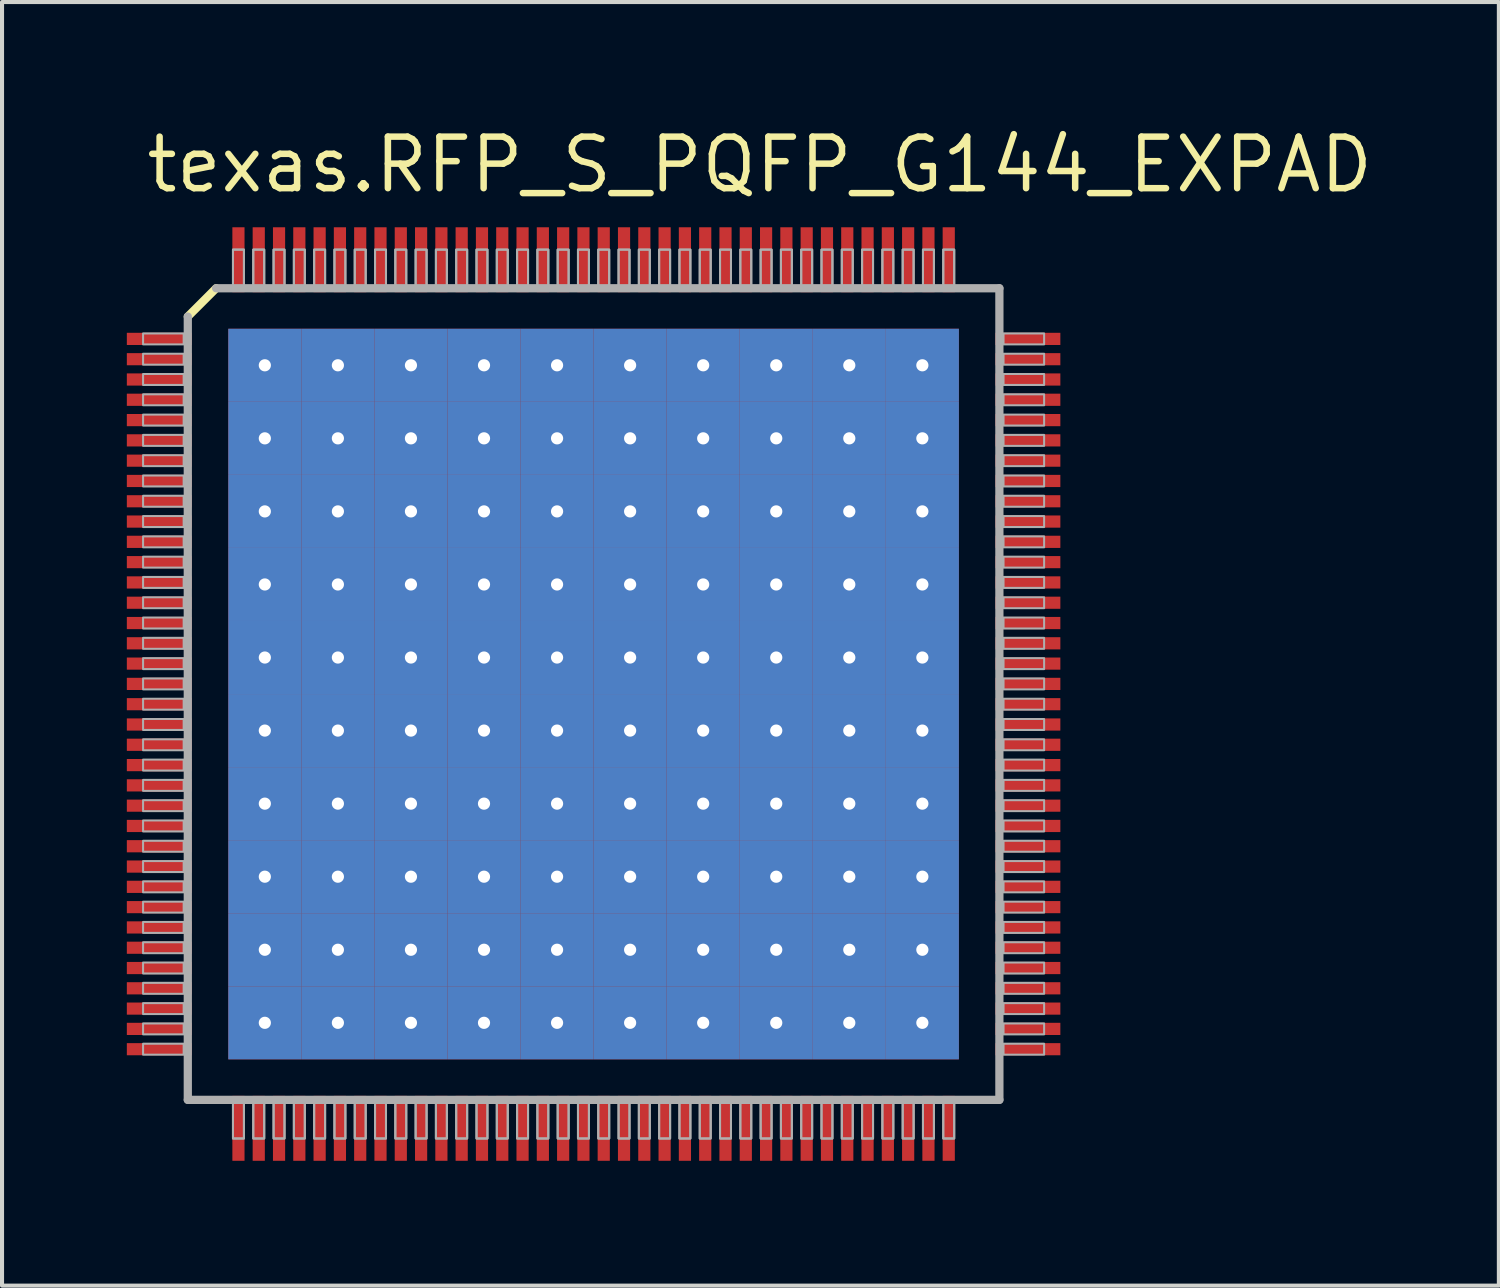
<source format=kicad_pcb>
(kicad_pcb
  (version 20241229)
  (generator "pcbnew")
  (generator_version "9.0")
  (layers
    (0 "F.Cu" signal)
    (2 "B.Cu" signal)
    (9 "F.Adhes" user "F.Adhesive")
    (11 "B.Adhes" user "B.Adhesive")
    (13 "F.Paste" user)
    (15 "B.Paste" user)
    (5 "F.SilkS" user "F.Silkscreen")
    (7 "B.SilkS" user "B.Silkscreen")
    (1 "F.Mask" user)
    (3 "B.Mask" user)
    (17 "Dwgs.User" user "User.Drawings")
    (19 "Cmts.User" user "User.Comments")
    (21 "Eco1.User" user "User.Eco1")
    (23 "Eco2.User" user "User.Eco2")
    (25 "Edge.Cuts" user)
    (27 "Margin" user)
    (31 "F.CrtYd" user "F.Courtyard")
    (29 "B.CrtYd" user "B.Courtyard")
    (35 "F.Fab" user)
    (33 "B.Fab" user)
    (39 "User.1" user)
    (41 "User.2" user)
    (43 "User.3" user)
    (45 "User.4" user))
  (footprint "texas.RFP_S_PQFP_G144_EXPAD"
    (layer "F.Cu")
    (at 11.575 14.05)
    (property "Reference" "texas.RFP_S_PQFP_G144_EXPAD" (at -11.1 -12.3 0) (layer "F.SilkS") (effects (font (size 1.27 1.27) (thickness 0.16)) (justify left bottom)))
    (attr smd)
    (fp_rect (start -11.55 -8.575) (end -9.875 -8.925) (stroke (width 0.05) (type default)) (fill yes) (layer "F.Mask"))
    (fp_rect (start -11.55 -8.075) (end -9.875 -8.425) (stroke (width 0.05) (type default)) (fill yes) (layer "F.Mask"))
    (fp_rect (start -11.55 -7.575) (end -9.875 -7.925) (stroke (width 0.05) (type default)) (fill yes) (layer "F.Mask"))
    (fp_rect (start -11.55 -7.075) (end -9.875 -7.425) (stroke (width 0.05) (type default)) (fill yes) (layer "F.Mask"))
    (fp_rect (start -11.55 -6.575) (end -9.875 -6.925) (stroke (width 0.05) (type default)) (fill yes) (layer "F.Mask"))
    (fp_rect (start -11.55 -6.075) (end -9.875 -6.425) (stroke (width 0.05) (type default)) (fill yes) (layer "F.Mask"))
    (fp_rect (start -11.55 -5.575) (end -9.875 -5.925) (stroke (width 0.05) (type default)) (fill yes) (layer "F.Mask"))
    (fp_rect (start -11.55 -5.075) (end -9.875 -5.425) (stroke (width 0.05) (type default)) (fill yes) (layer "F.Mask"))
    (fp_rect (start -11.55 -4.575) (end -9.875 -4.925) (stroke (width 0.05) (type default)) (fill yes) (layer "F.Mask"))
    (fp_rect (start -11.55 -4.075) (end -9.875 -4.425) (stroke (width 0.05) (type default)) (fill yes) (layer "F.Mask"))
    (fp_rect (start -11.55 -3.575) (end -9.875 -3.925) (stroke (width 0.05) (type default)) (fill yes) (layer "F.Mask"))
    (fp_rect (start -11.55 -3.075) (end -9.875 -3.425) (stroke (width 0.05) (type default)) (fill yes) (layer "F.Mask"))
    (fp_rect (start -11.55 -2.575) (end -9.875 -2.925) (stroke (width 0.05) (type default)) (fill yes) (layer "F.Mask"))
    (fp_rect (start -11.55 -2.075) (end -9.875 -2.425) (stroke (width 0.05) (type default)) (fill yes) (layer "F.Mask"))
    (fp_rect (start -11.55 -1.575) (end -9.875 -1.925) (stroke (width 0.05) (type default)) (fill yes) (layer "F.Mask"))
    (fp_rect (start -11.55 -1.075) (end -9.875 -1.425) (stroke (width 0.05) (type default)) (fill yes) (layer "F.Mask"))
    (fp_rect (start -11.55 -0.575) (end -9.875 -0.925) (stroke (width 0.05) (type default)) (fill yes) (layer "F.Mask"))
    (fp_rect (start -11.55 -0.075) (end -9.875 -0.425) (stroke (width 0.05) (type default)) (fill yes) (layer "F.Mask"))
    (fp_rect (start -11.55 0.425) (end -9.875 0.075) (stroke (width 0.05) (type default)) (fill yes) (layer "F.Mask"))
    (fp_rect (start -11.55 0.925) (end -9.875 0.575) (stroke (width 0.05) (type default)) (fill yes) (layer "F.Mask"))
    (fp_rect (start -11.55 1.425) (end -9.875 1.075) (stroke (width 0.05) (type default)) (fill yes) (layer "F.Mask"))
    (fp_rect (start -11.55 1.925) (end -9.875 1.575) (stroke (width 0.05) (type default)) (fill yes) (layer "F.Mask"))
    (fp_rect (start -11.55 2.425) (end -9.875 2.075) (stroke (width 0.05) (type default)) (fill yes) (layer "F.Mask"))
    (fp_rect (start -11.55 2.925) (end -9.875 2.575) (stroke (width 0.05) (type default)) (fill yes) (layer "F.Mask"))
    (fp_rect (start -11.55 3.425) (end -9.875 3.075) (stroke (width 0.05) (type default)) (fill yes) (layer "F.Mask"))
    (fp_rect (start -11.55 3.925) (end -9.875 3.575) (stroke (width 0.05) (type default)) (fill yes) (layer "F.Mask"))
    (fp_rect (start -11.55 4.425) (end -9.875 4.075) (stroke (width 0.05) (type default)) (fill yes) (layer "F.Mask"))
    (fp_rect (start -11.55 4.925) (end -9.875 4.575) (stroke (width 0.05) (type default)) (fill yes) (layer "F.Mask"))
    (fp_rect (start -11.55 5.425) (end -9.875 5.075) (stroke (width 0.05) (type default)) (fill yes) (layer "F.Mask"))
    (fp_rect (start -11.55 5.925) (end -9.875 5.575) (stroke (width 0.05) (type default)) (fill yes) (layer "F.Mask"))
    (fp_rect (start -11.55 6.425) (end -9.875 6.075) (stroke (width 0.05) (type default)) (fill yes) (layer "F.Mask"))
    (fp_rect (start -11.55 6.925) (end -9.875 6.575) (stroke (width 0.05) (type default)) (fill yes) (layer "F.Mask"))
    (fp_rect (start -11.55 7.425) (end -9.875 7.075) (stroke (width 0.05) (type default)) (fill yes) (layer "F.Mask"))
    (fp_rect (start -11.55 7.925) (end -9.875 7.575) (stroke (width 0.05) (type default)) (fill yes) (layer "F.Mask"))
    (fp_rect (start -11.55 8.425) (end -9.875 8.075) (stroke (width 0.05) (type default)) (fill yes) (layer "F.Mask"))
    (fp_rect (start -11.55 8.925) (end -9.875 8.575) (stroke (width 0.05) (type default)) (fill yes) (layer "F.Mask"))
    (fp_rect (start -8.925 -9.875) (end -8.575 -11.55) (stroke (width 0.05) (type default)) (fill yes) (layer "F.Mask"))
    (fp_rect (start -8.925 11.55) (end -8.575 9.875) (stroke (width 0.05) (type default)) (fill yes) (layer "F.Mask"))
    (fp_rect (start -8.425 -9.875) (end -8.075 -11.55) (stroke (width 0.05) (type default)) (fill yes) (layer "F.Mask"))
    (fp_rect (start -8.425 11.55) (end -8.075 9.875) (stroke (width 0.05) (type default)) (fill yes) (layer "F.Mask"))
    (fp_rect (start -7.925 -9.875) (end -7.575 -11.55) (stroke (width 0.05) (type default)) (fill yes) (layer "F.Mask"))
    (fp_rect (start -7.925 11.55) (end -7.575 9.875) (stroke (width 0.05) (type default)) (fill yes) (layer "F.Mask"))
    (fp_rect (start -7.425 -9.875) (end -7.075 -11.55) (stroke (width 0.05) (type default)) (fill yes) (layer "F.Mask"))
    (fp_rect (start -7.425 11.55) (end -7.075 9.875) (stroke (width 0.05) (type default)) (fill yes) (layer "F.Mask"))
    (fp_rect (start -6.925 -9.875) (end -6.575 -11.55) (stroke (width 0.05) (type default)) (fill yes) (layer "F.Mask"))
    (fp_rect (start -6.925 11.55) (end -6.575 9.875) (stroke (width 0.05) (type default)) (fill yes) (layer "F.Mask"))
    (fp_rect (start -6.425 -9.875) (end -6.075 -11.55) (stroke (width 0.05) (type default)) (fill yes) (layer "F.Mask"))
    (fp_rect (start -6.425 11.55) (end -6.075 9.875) (stroke (width 0.05) (type default)) (fill yes) (layer "F.Mask"))
    (fp_rect (start -5.925 -9.875) (end -5.575 -11.55) (stroke (width 0.05) (type default)) (fill yes) (layer "F.Mask"))
    (fp_rect (start -5.925 11.55) (end -5.575 9.875) (stroke (width 0.05) (type default)) (fill yes) (layer "F.Mask"))
    (fp_rect (start -5.425 -9.875) (end -5.075 -11.55) (stroke (width 0.05) (type default)) (fill yes) (layer "F.Mask"))
    (fp_rect (start -5.425 11.55) (end -5.075 9.875) (stroke (width 0.05) (type default)) (fill yes) (layer "F.Mask"))
    (fp_rect (start -4.925 -9.875) (end -4.575 -11.55) (stroke (width 0.05) (type default)) (fill yes) (layer "F.Mask"))
    (fp_rect (start -4.925 11.55) (end -4.575 9.875) (stroke (width 0.05) (type default)) (fill yes) (layer "F.Mask"))
    (fp_rect (start -4.425 -9.875) (end -4.075 -11.55) (stroke (width 0.05) (type default)) (fill yes) (layer "F.Mask"))
    (fp_rect (start -4.425 11.55) (end -4.075 9.875) (stroke (width 0.05) (type default)) (fill yes) (layer "F.Mask"))
    (fp_rect (start -3.925 -9.875) (end -3.575 -11.55) (stroke (width 0.05) (type default)) (fill yes) (layer "F.Mask"))
    (fp_rect (start -3.925 11.55) (end -3.575 9.875) (stroke (width 0.05) (type default)) (fill yes) (layer "F.Mask"))
    (fp_rect (start -3.425 -9.875) (end -3.075 -11.55) (stroke (width 0.05) (type default)) (fill yes) (layer "F.Mask"))
    (fp_rect (start -3.425 11.55) (end -3.075 9.875) (stroke (width 0.05) (type default)) (fill yes) (layer "F.Mask"))
    (fp_rect (start -2.925 -9.875) (end -2.575 -11.55) (stroke (width 0.05) (type default)) (fill yes) (layer "F.Mask"))
    (fp_rect (start -2.925 11.55) (end -2.575 9.875) (stroke (width 0.05) (type default)) (fill yes) (layer "F.Mask"))
    (fp_rect (start -2.9 2.9) (end 2.9 -2.9) (stroke (width 0.05) (type default)) (fill yes) (layer "F.Mask"))
    (fp_rect (start -2.425 -9.875) (end -2.075 -11.55) (stroke (width 0.05) (type default)) (fill yes) (layer "F.Mask"))
    (fp_rect (start -2.425 11.55) (end -2.075 9.875) (stroke (width 0.05) (type default)) (fill yes) (layer "F.Mask"))
    (fp_rect (start -1.925 -9.875) (end -1.575 -11.55) (stroke (width 0.05) (type default)) (fill yes) (layer "F.Mask"))
    (fp_rect (start -1.925 11.55) (end -1.575 9.875) (stroke (width 0.05) (type default)) (fill yes) (layer "F.Mask"))
    (fp_rect (start -1.425 -9.875) (end -1.075 -11.55) (stroke (width 0.05) (type default)) (fill yes) (layer "F.Mask"))
    (fp_rect (start -1.425 11.55) (end -1.075 9.875) (stroke (width 0.05) (type default)) (fill yes) (layer "F.Mask"))
    (fp_rect (start -0.925 -9.875) (end -0.575 -11.55) (stroke (width 0.05) (type default)) (fill yes) (layer "F.Mask"))
    (fp_rect (start -0.925 11.55) (end -0.575 9.875) (stroke (width 0.05) (type default)) (fill yes) (layer "F.Mask"))
    (fp_rect (start -0.425 -9.875) (end -0.075 -11.55) (stroke (width 0.05) (type default)) (fill yes) (layer "F.Mask"))
    (fp_rect (start -0.425 11.55) (end -0.075 9.875) (stroke (width 0.05) (type default)) (fill yes) (layer "F.Mask"))
    (fp_rect (start 0.075 -9.875) (end 0.425 -11.55) (stroke (width 0.05) (type default)) (fill yes) (layer "F.Mask"))
    (fp_rect (start 0.075 11.55) (end 0.425 9.875) (stroke (width 0.05) (type default)) (fill yes) (layer "F.Mask"))
    (fp_rect (start 0.575 -9.875) (end 0.925 -11.55) (stroke (width 0.05) (type default)) (fill yes) (layer "F.Mask"))
    (fp_rect (start 0.575 11.55) (end 0.925 9.875) (stroke (width 0.05) (type default)) (fill yes) (layer "F.Mask"))
    (fp_rect (start 1.075 -9.875) (end 1.425 -11.55) (stroke (width 0.05) (type default)) (fill yes) (layer "F.Mask"))
    (fp_rect (start 1.075 11.55) (end 1.425 9.875) (stroke (width 0.05) (type default)) (fill yes) (layer "F.Mask"))
    (fp_rect (start 1.575 -9.875) (end 1.925 -11.55) (stroke (width 0.05) (type default)) (fill yes) (layer "F.Mask"))
    (fp_rect (start 1.575 11.55) (end 1.925 9.875) (stroke (width 0.05) (type default)) (fill yes) (layer "F.Mask"))
    (fp_rect (start 2.075 -9.875) (end 2.425 -11.55) (stroke (width 0.05) (type default)) (fill yes) (layer "F.Mask"))
    (fp_rect (start 2.075 11.55) (end 2.425 9.875) (stroke (width 0.05) (type default)) (fill yes) (layer "F.Mask"))
    (fp_rect (start 2.575 -9.875) (end 2.925 -11.55) (stroke (width 0.05) (type default)) (fill yes) (layer "F.Mask"))
    (fp_rect (start 2.575 11.55) (end 2.925 9.875) (stroke (width 0.05) (type default)) (fill yes) (layer "F.Mask"))
    (fp_rect (start 3.075 -9.875) (end 3.425 -11.55) (stroke (width 0.05) (type default)) (fill yes) (layer "F.Mask"))
    (fp_rect (start 3.075 11.55) (end 3.425 9.875) (stroke (width 0.05) (type default)) (fill yes) (layer "F.Mask"))
    (fp_rect (start 3.575 -9.875) (end 3.925 -11.55) (stroke (width 0.05) (type default)) (fill yes) (layer "F.Mask"))
    (fp_rect (start 3.575 11.55) (end 3.925 9.875) (stroke (width 0.05) (type default)) (fill yes) (layer "F.Mask"))
    (fp_rect (start 4.075 -9.875) (end 4.425 -11.55) (stroke (width 0.05) (type default)) (fill yes) (layer "F.Mask"))
    (fp_rect (start 4.075 11.55) (end 4.425 9.875) (stroke (width 0.05) (type default)) (fill yes) (layer "F.Mask"))
    (fp_rect (start 4.575 -9.875) (end 4.925 -11.55) (stroke (width 0.05) (type default)) (fill yes) (layer "F.Mask"))
    (fp_rect (start 4.575 11.55) (end 4.925 9.875) (stroke (width 0.05) (type default)) (fill yes) (layer "F.Mask"))
    (fp_rect (start 5.075 -9.875) (end 5.425 -11.55) (stroke (width 0.05) (type default)) (fill yes) (layer "F.Mask"))
    (fp_rect (start 5.075 11.55) (end 5.425 9.875) (stroke (width 0.05) (type default)) (fill yes) (layer "F.Mask"))
    (fp_rect (start 5.575 -9.875) (end 5.925 -11.55) (stroke (width 0.05) (type default)) (fill yes) (layer "F.Mask"))
    (fp_rect (start 5.575 11.55) (end 5.925 9.875) (stroke (width 0.05) (type default)) (fill yes) (layer "F.Mask"))
    (fp_rect (start 6.075 -9.875) (end 6.425 -11.55) (stroke (width 0.05) (type default)) (fill yes) (layer "F.Mask"))
    (fp_rect (start 6.075 11.55) (end 6.425 9.875) (stroke (width 0.05) (type default)) (fill yes) (layer "F.Mask"))
    (fp_rect (start 6.575 -9.875) (end 6.925 -11.55) (stroke (width 0.05) (type default)) (fill yes) (layer "F.Mask"))
    (fp_rect (start 6.575 11.55) (end 6.925 9.875) (stroke (width 0.05) (type default)) (fill yes) (layer "F.Mask"))
    (fp_rect (start 7.075 -9.875) (end 7.425 -11.55) (stroke (width 0.05) (type default)) (fill yes) (layer "F.Mask"))
    (fp_rect (start 7.075 11.55) (end 7.425 9.875) (stroke (width 0.05) (type default)) (fill yes) (layer "F.Mask"))
    (fp_rect (start 7.575 -9.875) (end 7.925 -11.55) (stroke (width 0.05) (type default)) (fill yes) (layer "F.Mask"))
    (fp_rect (start 7.575 11.55) (end 7.925 9.875) (stroke (width 0.05) (type default)) (fill yes) (layer "F.Mask"))
    (fp_rect (start 8.075 -9.875) (end 8.425 -11.55) (stroke (width 0.05) (type default)) (fill yes) (layer "F.Mask"))
    (fp_rect (start 8.075 11.55) (end 8.425 9.875) (stroke (width 0.05) (type default)) (fill yes) (layer "F.Mask"))
    (fp_rect (start 8.575 -9.875) (end 8.925 -11.55) (stroke (width 0.05) (type default)) (fill yes) (layer "F.Mask"))
    (fp_rect (start 8.575 11.55) (end 8.925 9.875) (stroke (width 0.05) (type default)) (fill yes) (layer "F.Mask"))
    (fp_rect (start 9.875 -8.575) (end 11.55 -8.925) (stroke (width 0.05) (type default)) (fill yes) (layer "F.Mask"))
    (fp_rect (start 9.875 -8.075) (end 11.55 -8.425) (stroke (width 0.05) (type default)) (fill yes) (layer "F.Mask"))
    (fp_rect (start 9.875 -7.575) (end 11.55 -7.925) (stroke (width 0.05) (type default)) (fill yes) (layer "F.Mask"))
    (fp_rect (start 9.875 -7.075) (end 11.55 -7.425) (stroke (width 0.05) (type default)) (fill yes) (layer "F.Mask"))
    (fp_rect (start 9.875 -6.575) (end 11.55 -6.925) (stroke (width 0.05) (type default)) (fill yes) (layer "F.Mask"))
    (fp_rect (start 9.875 -6.075) (end 11.55 -6.425) (stroke (width 0.05) (type default)) (fill yes) (layer "F.Mask"))
    (fp_rect (start 9.875 -5.575) (end 11.55 -5.925) (stroke (width 0.05) (type default)) (fill yes) (layer "F.Mask"))
    (fp_rect (start 9.875 -5.075) (end 11.55 -5.425) (stroke (width 0.05) (type default)) (fill yes) (layer "F.Mask"))
    (fp_rect (start 9.875 -4.575) (end 11.55 -4.925) (stroke (width 0.05) (type default)) (fill yes) (layer "F.Mask"))
    (fp_rect (start 9.875 -4.075) (end 11.55 -4.425) (stroke (width 0.05) (type default)) (fill yes) (layer "F.Mask"))
    (fp_rect (start 9.875 -3.575) (end 11.55 -3.925) (stroke (width 0.05) (type default)) (fill yes) (layer "F.Mask"))
    (fp_rect (start 9.875 -3.075) (end 11.55 -3.425) (stroke (width 0.05) (type default)) (fill yes) (layer "F.Mask"))
    (fp_rect (start 9.875 -2.575) (end 11.55 -2.925) (stroke (width 0.05) (type default)) (fill yes) (layer "F.Mask"))
    (fp_rect (start 9.875 -2.075) (end 11.55 -2.425) (stroke (width 0.05) (type default)) (fill yes) (layer "F.Mask"))
    (fp_rect (start 9.875 -1.575) (end 11.55 -1.925) (stroke (width 0.05) (type default)) (fill yes) (layer "F.Mask"))
    (fp_rect (start 9.875 -1.075) (end 11.55 -1.425) (stroke (width 0.05) (type default)) (fill yes) (layer "F.Mask"))
    (fp_rect (start 9.875 -0.575) (end 11.55 -0.925) (stroke (width 0.05) (type default)) (fill yes) (layer "F.Mask"))
    (fp_rect (start 9.875 -0.075) (end 11.55 -0.425) (stroke (width 0.05) (type default)) (fill yes) (layer "F.Mask"))
    (fp_rect (start 9.875 0.425) (end 11.55 0.075) (stroke (width 0.05) (type default)) (fill yes) (layer "F.Mask"))
    (fp_rect (start 9.875 0.925) (end 11.55 0.575) (stroke (width 0.05) (type default)) (fill yes) (layer "F.Mask"))
    (fp_rect (start 9.875 1.425) (end 11.55 1.075) (stroke (width 0.05) (type default)) (fill yes) (layer "F.Mask"))
    (fp_rect (start 9.875 1.925) (end 11.55 1.575) (stroke (width 0.05) (type default)) (fill yes) (layer "F.Mask"))
    (fp_rect (start 9.875 2.425) (end 11.55 2.075) (stroke (width 0.05) (type default)) (fill yes) (layer "F.Mask"))
    (fp_rect (start 9.875 2.925) (end 11.55 2.575) (stroke (width 0.05) (type default)) (fill yes) (layer "F.Mask"))
    (fp_rect (start 9.875 3.425) (end 11.55 3.075) (stroke (width 0.05) (type default)) (fill yes) (layer "F.Mask"))
    (fp_rect (start 9.875 3.925) (end 11.55 3.575) (stroke (width 0.05) (type default)) (fill yes) (layer "F.Mask"))
    (fp_rect (start 9.875 4.425) (end 11.55 4.075) (stroke (width 0.05) (type default)) (fill yes) (layer "F.Mask"))
    (fp_rect (start 9.875 4.925) (end 11.55 4.575) (stroke (width 0.05) (type default)) (fill yes) (layer "F.Mask"))
    (fp_rect (start 9.875 5.425) (end 11.55 5.075) (stroke (width 0.05) (type default)) (fill yes) (layer "F.Mask"))
    (fp_rect (start 9.875 5.925) (end 11.55 5.575) (stroke (width 0.05) (type default)) (fill yes) (layer "F.Mask"))
    (fp_rect (start 9.875 6.425) (end 11.55 6.075) (stroke (width 0.05) (type default)) (fill yes) (layer "F.Mask"))
    (fp_rect (start 9.875 6.925) (end 11.55 6.575) (stroke (width 0.05) (type default)) (fill yes) (layer "F.Mask"))
    (fp_rect (start 9.875 7.425) (end 11.55 7.075) (stroke (width 0.05) (type default)) (fill yes) (layer "F.Mask"))
    (fp_rect (start 9.875 7.925) (end 11.55 7.575) (stroke (width 0.05) (type default)) (fill yes) (layer "F.Mask"))
    (fp_rect (start 9.875 8.425) (end 11.55 8.075) (stroke (width 0.05) (type default)) (fill yes) (layer "F.Mask"))
    (fp_rect (start 9.875 8.925) (end 11.55 8.575) (stroke (width 0.05) (type default)) (fill yes) (layer "F.Mask"))
    (fp_line (start -9.998 -9.3) (end -9.3 -9.998) (stroke (width 0.203) (type default)) (layer "F.SilkS"))
    (fp_rect (start -11.45 -8.625) (end -9.95 -8.875) (stroke (width 0.05) (type default)) (fill yes) (layer "F.Paste"))
    (fp_rect (start -11.45 -8.125) (end -9.95 -8.375) (stroke (width 0.05) (type default)) (fill yes) (layer "F.Paste"))
    (fp_rect (start -11.45 -7.625) (end -9.95 -7.875) (stroke (width 0.05) (type default)) (fill yes) (layer "F.Paste"))
    (fp_rect (start -11.45 -7.125) (end -9.95 -7.375) (stroke (width 0.05) (type default)) (fill yes) (layer "F.Paste"))
    (fp_rect (start -11.45 -6.625) (end -9.95 -6.875) (stroke (width 0.05) (type default)) (fill yes) (layer "F.Paste"))
    (fp_rect (start -11.45 -6.125) (end -9.95 -6.375) (stroke (width 0.05) (type default)) (fill yes) (layer "F.Paste"))
    (fp_rect (start -11.45 -5.625) (end -9.95 -5.875) (stroke (width 0.05) (type default)) (fill yes) (layer "F.Paste"))
    (fp_rect (start -11.45 -5.125) (end -9.95 -5.375) (stroke (width 0.05) (type default)) (fill yes) (layer "F.Paste"))
    (fp_rect (start -11.45 -4.625) (end -9.95 -4.875) (stroke (width 0.05) (type default)) (fill yes) (layer "F.Paste"))
    (fp_rect (start -11.45 -4.125) (end -9.95 -4.375) (stroke (width 0.05) (type default)) (fill yes) (layer "F.Paste"))
    (fp_rect (start -11.45 -3.625) (end -9.95 -3.875) (stroke (width 0.05) (type default)) (fill yes) (layer "F.Paste"))
    (fp_rect (start -11.45 -3.125) (end -9.95 -3.375) (stroke (width 0.05) (type default)) (fill yes) (layer "F.Paste"))
    (fp_rect (start -11.45 -2.625) (end -9.95 -2.875) (stroke (width 0.05) (type default)) (fill yes) (layer "F.Paste"))
    (fp_rect (start -11.45 -2.125) (end -9.95 -2.375) (stroke (width 0.05) (type default)) (fill yes) (layer "F.Paste"))
    (fp_rect (start -11.45 -1.625) (end -9.95 -1.875) (stroke (width 0.05) (type default)) (fill yes) (layer "F.Paste"))
    (fp_rect (start -11.45 -1.125) (end -9.95 -1.375) (stroke (width 0.05) (type default)) (fill yes) (layer "F.Paste"))
    (fp_rect (start -11.45 -0.625) (end -9.95 -0.875) (stroke (width 0.05) (type default)) (fill yes) (layer "F.Paste"))
    (fp_rect (start -11.45 -0.125) (end -9.95 -0.375) (stroke (width 0.05) (type default)) (fill yes) (layer "F.Paste"))
    (fp_rect (start -11.45 0.375) (end -9.95 0.125) (stroke (width 0.05) (type default)) (fill yes) (layer "F.Paste"))
    (fp_rect (start -11.45 0.875) (end -9.95 0.625) (stroke (width 0.05) (type default)) (fill yes) (layer "F.Paste"))
    (fp_rect (start -11.45 1.375) (end -9.95 1.125) (stroke (width 0.05) (type default)) (fill yes) (layer "F.Paste"))
    (fp_rect (start -11.45 1.875) (end -9.95 1.625) (stroke (width 0.05) (type default)) (fill yes) (layer "F.Paste"))
    (fp_rect (start -11.45 2.375) (end -9.95 2.125) (stroke (width 0.05) (type default)) (fill yes) (layer "F.Paste"))
    (fp_rect (start -11.45 2.875) (end -9.95 2.625) (stroke (width 0.05) (type default)) (fill yes) (layer "F.Paste"))
    (fp_rect (start -11.45 3.375) (end -9.95 3.125) (stroke (width 0.05) (type default)) (fill yes) (layer "F.Paste"))
    (fp_rect (start -11.45 3.875) (end -9.95 3.625) (stroke (width 0.05) (type default)) (fill yes) (layer "F.Paste"))
    (fp_rect (start -11.45 4.375) (end -9.95 4.125) (stroke (width 0.05) (type default)) (fill yes) (layer "F.Paste"))
    (fp_rect (start -11.45 4.875) (end -9.95 4.625) (stroke (width 0.05) (type default)) (fill yes) (layer "F.Paste"))
    (fp_rect (start -11.45 5.375) (end -9.95 5.125) (stroke (width 0.05) (type default)) (fill yes) (layer "F.Paste"))
    (fp_rect (start -11.45 5.875) (end -9.95 5.625) (stroke (width 0.05) (type default)) (fill yes) (layer "F.Paste"))
    (fp_rect (start -11.45 6.375) (end -9.95 6.125) (stroke (width 0.05) (type default)) (fill yes) (layer "F.Paste"))
    (fp_rect (start -11.45 6.875) (end -9.95 6.625) (stroke (width 0.05) (type default)) (fill yes) (layer "F.Paste"))
    (fp_rect (start -11.45 7.375) (end -9.95 7.125) (stroke (width 0.05) (type default)) (fill yes) (layer "F.Paste"))
    (fp_rect (start -11.45 7.875) (end -9.95 7.625) (stroke (width 0.05) (type default)) (fill yes) (layer "F.Paste"))
    (fp_rect (start -11.45 8.375) (end -9.95 8.125) (stroke (width 0.05) (type default)) (fill yes) (layer "F.Paste"))
    (fp_rect (start -11.45 8.875) (end -9.95 8.625) (stroke (width 0.05) (type default)) (fill yes) (layer "F.Paste"))
    (fp_rect (start -8.875 -9.95) (end -8.625 -11.45) (stroke (width 0.05) (type default)) (fill yes) (layer "F.Paste"))
    (fp_rect (start -8.875 11.45) (end -8.625 9.95) (stroke (width 0.05) (type default)) (fill yes) (layer "F.Paste"))
    (fp_rect (start -8.375 -9.95) (end -8.125 -11.45) (stroke (width 0.05) (type default)) (fill yes) (layer "F.Paste"))
    (fp_rect (start -8.375 11.45) (end -8.125 9.95) (stroke (width 0.05) (type default)) (fill yes) (layer "F.Paste"))
    (fp_rect (start -7.875 -9.95) (end -7.625 -11.45) (stroke (width 0.05) (type default)) (fill yes) (layer "F.Paste"))
    (fp_rect (start -7.875 11.45) (end -7.625 9.95) (stroke (width 0.05) (type default)) (fill yes) (layer "F.Paste"))
    (fp_rect (start -7.375 -9.95) (end -7.125 -11.45) (stroke (width 0.05) (type default)) (fill yes) (layer "F.Paste"))
    (fp_rect (start -7.375 11.45) (end -7.125 9.95) (stroke (width 0.05) (type default)) (fill yes) (layer "F.Paste"))
    (fp_rect (start -6.875 -9.95) (end -6.625 -11.45) (stroke (width 0.05) (type default)) (fill yes) (layer "F.Paste"))
    (fp_rect (start -6.875 11.45) (end -6.625 9.95) (stroke (width 0.05) (type default)) (fill yes) (layer "F.Paste"))
    (fp_rect (start -6.375 -9.95) (end -6.125 -11.45) (stroke (width 0.05) (type default)) (fill yes) (layer "F.Paste"))
    (fp_rect (start -6.375 11.45) (end -6.125 9.95) (stroke (width 0.05) (type default)) (fill yes) (layer "F.Paste"))
    (fp_rect (start -5.875 -9.95) (end -5.625 -11.45) (stroke (width 0.05) (type default)) (fill yes) (layer "F.Paste"))
    (fp_rect (start -5.875 11.45) (end -5.625 9.95) (stroke (width 0.05) (type default)) (fill yes) (layer "F.Paste"))
    (fp_rect (start -5.375 -9.95) (end -5.125 -11.45) (stroke (width 0.05) (type default)) (fill yes) (layer "F.Paste"))
    (fp_rect (start -5.375 11.45) (end -5.125 9.95) (stroke (width 0.05) (type default)) (fill yes) (layer "F.Paste"))
    (fp_rect (start -4.875 -9.95) (end -4.625 -11.45) (stroke (width 0.05) (type default)) (fill yes) (layer "F.Paste"))
    (fp_rect (start -4.875 11.45) (end -4.625 9.95) (stroke (width 0.05) (type default)) (fill yes) (layer "F.Paste"))
    (fp_rect (start -4.375 -9.95) (end -4.125 -11.45) (stroke (width 0.05) (type default)) (fill yes) (layer "F.Paste"))
    (fp_rect (start -4.375 11.45) (end -4.125 9.95) (stroke (width 0.05) (type default)) (fill yes) (layer "F.Paste"))
    (fp_rect (start -3.875 -9.95) (end -3.625 -11.45) (stroke (width 0.05) (type default)) (fill yes) (layer "F.Paste"))
    (fp_rect (start -3.875 11.45) (end -3.625 9.95) (stroke (width 0.05) (type default)) (fill yes) (layer "F.Paste"))
    (fp_rect (start -3.375 -9.95) (end -3.125 -11.45) (stroke (width 0.05) (type default)) (fill yes) (layer "F.Paste"))
    (fp_rect (start -3.375 11.45) (end -3.125 9.95) (stroke (width 0.05) (type default)) (fill yes) (layer "F.Paste"))
    (fp_rect (start -2.875 -9.95) (end -2.625 -11.45) (stroke (width 0.05) (type default)) (fill yes) (layer "F.Paste"))
    (fp_rect (start -2.875 11.45) (end -2.625 9.95) (stroke (width 0.05) (type default)) (fill yes) (layer "F.Paste"))
    (fp_rect (start -2.75 2.75) (end 2.75 -2.775) (stroke (width 0.05) (type default)) (fill yes) (layer "F.Paste"))
    (fp_rect (start -2.375 -9.95) (end -2.125 -11.45) (stroke (width 0.05) (type default)) (fill yes) (layer "F.Paste"))
    (fp_rect (start -2.375 11.45) (end -2.125 9.95) (stroke (width 0.05) (type default)) (fill yes) (layer "F.Paste"))
    (fp_rect (start -1.875 -9.95) (end -1.625 -11.45) (stroke (width 0.05) (type default)) (fill yes) (layer "F.Paste"))
    (fp_rect (start -1.875 11.45) (end -1.625 9.95) (stroke (width 0.05) (type default)) (fill yes) (layer "F.Paste"))
    (fp_rect (start -1.375 -9.95) (end -1.125 -11.45) (stroke (width 0.05) (type default)) (fill yes) (layer "F.Paste"))
    (fp_rect (start -1.375 11.45) (end -1.125 9.95) (stroke (width 0.05) (type default)) (fill yes) (layer "F.Paste"))
    (fp_rect (start -0.875 -9.95) (end -0.625 -11.45) (stroke (width 0.05) (type default)) (fill yes) (layer "F.Paste"))
    (fp_rect (start -0.875 11.45) (end -0.625 9.95) (stroke (width 0.05) (type default)) (fill yes) (layer "F.Paste"))
    (fp_rect (start -0.375 -9.95) (end -0.125 -11.45) (stroke (width 0.05) (type default)) (fill yes) (layer "F.Paste"))
    (fp_rect (start -0.375 11.45) (end -0.125 9.95) (stroke (width 0.05) (type default)) (fill yes) (layer "F.Paste"))
    (fp_rect (start 0.125 -9.95) (end 0.375 -11.45) (stroke (width 0.05) (type default)) (fill yes) (layer "F.Paste"))
    (fp_rect (start 0.125 11.45) (end 0.375 9.95) (stroke (width 0.05) (type default)) (fill yes) (layer "F.Paste"))
    (fp_rect (start 0.625 -9.95) (end 0.875 -11.45) (stroke (width 0.05) (type default)) (fill yes) (layer "F.Paste"))
    (fp_rect (start 0.625 11.45) (end 0.875 9.95) (stroke (width 0.05) (type default)) (fill yes) (layer "F.Paste"))
    (fp_rect (start 1.125 -9.95) (end 1.375 -11.45) (stroke (width 0.05) (type default)) (fill yes) (layer "F.Paste"))
    (fp_rect (start 1.125 11.45) (end 1.375 9.95) (stroke (width 0.05) (type default)) (fill yes) (layer "F.Paste"))
    (fp_rect (start 1.625 -9.95) (end 1.875 -11.45) (stroke (width 0.05) (type default)) (fill yes) (layer "F.Paste"))
    (fp_rect (start 1.625 11.45) (end 1.875 9.95) (stroke (width 0.05) (type default)) (fill yes) (layer "F.Paste"))
    (fp_rect (start 2.125 -9.95) (end 2.375 -11.45) (stroke (width 0.05) (type default)) (fill yes) (layer "F.Paste"))
    (fp_rect (start 2.125 11.45) (end 2.375 9.95) (stroke (width 0.05) (type default)) (fill yes) (layer "F.Paste"))
    (fp_rect (start 2.625 -9.95) (end 2.875 -11.45) (stroke (width 0.05) (type default)) (fill yes) (layer "F.Paste"))
    (fp_rect (start 2.625 11.45) (end 2.875 9.95) (stroke (width 0.05) (type default)) (fill yes) (layer "F.Paste"))
    (fp_rect (start 3.125 -9.95) (end 3.375 -11.45) (stroke (width 0.05) (type default)) (fill yes) (layer "F.Paste"))
    (fp_rect (start 3.125 11.45) (end 3.375 9.95) (stroke (width 0.05) (type default)) (fill yes) (layer "F.Paste"))
    (fp_rect (start 3.625 -9.95) (end 3.875 -11.45) (stroke (width 0.05) (type default)) (fill yes) (layer "F.Paste"))
    (fp_rect (start 3.625 11.45) (end 3.875 9.95) (stroke (width 0.05) (type default)) (fill yes) (layer "F.Paste"))
    (fp_rect (start 4.125 -9.95) (end 4.375 -11.45) (stroke (width 0.05) (type default)) (fill yes) (layer "F.Paste"))
    (fp_rect (start 4.125 11.45) (end 4.375 9.95) (stroke (width 0.05) (type default)) (fill yes) (layer "F.Paste"))
    (fp_rect (start 4.625 -9.95) (end 4.875 -11.45) (stroke (width 0.05) (type default)) (fill yes) (layer "F.Paste"))
    (fp_rect (start 4.625 11.45) (end 4.875 9.95) (stroke (width 0.05) (type default)) (fill yes) (layer "F.Paste"))
    (fp_rect (start 5.125 -9.95) (end 5.375 -11.45) (stroke (width 0.05) (type default)) (fill yes) (layer "F.Paste"))
    (fp_rect (start 5.125 11.45) (end 5.375 9.95) (stroke (width 0.05) (type default)) (fill yes) (layer "F.Paste"))
    (fp_rect (start 5.625 -9.95) (end 5.875 -11.45) (stroke (width 0.05) (type default)) (fill yes) (layer "F.Paste"))
    (fp_rect (start 5.625 11.45) (end 5.875 9.95) (stroke (width 0.05) (type default)) (fill yes) (layer "F.Paste"))
    (fp_rect (start 6.125 -9.95) (end 6.375 -11.45) (stroke (width 0.05) (type default)) (fill yes) (layer "F.Paste"))
    (fp_rect (start 6.125 11.45) (end 6.375 9.95) (stroke (width 0.05) (type default)) (fill yes) (layer "F.Paste"))
    (fp_rect (start 6.625 -9.95) (end 6.875 -11.45) (stroke (width 0.05) (type default)) (fill yes) (layer "F.Paste"))
    (fp_rect (start 6.625 11.45) (end 6.875 9.95) (stroke (width 0.05) (type default)) (fill yes) (layer "F.Paste"))
    (fp_rect (start 7.125 -9.95) (end 7.375 -11.45) (stroke (width 0.05) (type default)) (fill yes) (layer "F.Paste"))
    (fp_rect (start 7.125 11.45) (end 7.375 9.95) (stroke (width 0.05) (type default)) (fill yes) (layer "F.Paste"))
    (fp_rect (start 7.625 -9.95) (end 7.875 -11.45) (stroke (width 0.05) (type default)) (fill yes) (layer "F.Paste"))
    (fp_rect (start 7.625 11.45) (end 7.875 9.95) (stroke (width 0.05) (type default)) (fill yes) (layer "F.Paste"))
    (fp_rect (start 8.125 -9.95) (end 8.375 -11.45) (stroke (width 0.05) (type default)) (fill yes) (layer "F.Paste"))
    (fp_rect (start 8.125 11.45) (end 8.375 9.95) (stroke (width 0.05) (type default)) (fill yes) (layer "F.Paste"))
    (fp_rect (start 8.625 -9.95) (end 8.875 -11.45) (stroke (width 0.05) (type default)) (fill yes) (layer "F.Paste"))
    (fp_rect (start 8.625 11.45) (end 8.875 9.95) (stroke (width 0.05) (type default)) (fill yes) (layer "F.Paste"))
    (fp_rect (start 9.95 -8.625) (end 11.45 -8.875) (stroke (width 0.05) (type default)) (fill yes) (layer "F.Paste"))
    (fp_rect (start 9.95 -8.125) (end 11.45 -8.375) (stroke (width 0.05) (type default)) (fill yes) (layer "F.Paste"))
    (fp_rect (start 9.95 -7.625) (end 11.45 -7.875) (stroke (width 0.05) (type default)) (fill yes) (layer "F.Paste"))
    (fp_rect (start 9.95 -7.125) (end 11.45 -7.375) (stroke (width 0.05) (type default)) (fill yes) (layer "F.Paste"))
    (fp_rect (start 9.95 -6.625) (end 11.45 -6.875) (stroke (width 0.05) (type default)) (fill yes) (layer "F.Paste"))
    (fp_rect (start 9.95 -6.125) (end 11.45 -6.375) (stroke (width 0.05) (type default)) (fill yes) (layer "F.Paste"))
    (fp_rect (start 9.95 -5.625) (end 11.45 -5.875) (stroke (width 0.05) (type default)) (fill yes) (layer "F.Paste"))
    (fp_rect (start 9.95 -5.125) (end 11.45 -5.375) (stroke (width 0.05) (type default)) (fill yes) (layer "F.Paste"))
    (fp_rect (start 9.95 -4.625) (end 11.45 -4.875) (stroke (width 0.05) (type default)) (fill yes) (layer "F.Paste"))
    (fp_rect (start 9.95 -4.125) (end 11.45 -4.375) (stroke (width 0.05) (type default)) (fill yes) (layer "F.Paste"))
    (fp_rect (start 9.95 -3.625) (end 11.45 -3.875) (stroke (width 0.05) (type default)) (fill yes) (layer "F.Paste"))
    (fp_rect (start 9.95 -3.125) (end 11.45 -3.375) (stroke (width 0.05) (type default)) (fill yes) (layer "F.Paste"))
    (fp_rect (start 9.95 -2.625) (end 11.45 -2.875) (stroke (width 0.05) (type default)) (fill yes) (layer "F.Paste"))
    (fp_rect (start 9.95 -2.125) (end 11.45 -2.375) (stroke (width 0.05) (type default)) (fill yes) (layer "F.Paste"))
    (fp_rect (start 9.95 -1.625) (end 11.45 -1.875) (stroke (width 0.05) (type default)) (fill yes) (layer "F.Paste"))
    (fp_rect (start 9.95 -1.125) (end 11.45 -1.375) (stroke (width 0.05) (type default)) (fill yes) (layer "F.Paste"))
    (fp_rect (start 9.95 -0.625) (end 11.45 -0.875) (stroke (width 0.05) (type default)) (fill yes) (layer "F.Paste"))
    (fp_rect (start 9.95 -0.125) (end 11.45 -0.375) (stroke (width 0.05) (type default)) (fill yes) (layer "F.Paste"))
    (fp_rect (start 9.95 0.375) (end 11.45 0.125) (stroke (width 0.05) (type default)) (fill yes) (layer "F.Paste"))
    (fp_rect (start 9.95 0.875) (end 11.45 0.625) (stroke (width 0.05) (type default)) (fill yes) (layer "F.Paste"))
    (fp_rect (start 9.95 1.375) (end 11.45 1.125) (stroke (width 0.05) (type default)) (fill yes) (layer "F.Paste"))
    (fp_rect (start 9.95 1.875) (end 11.45 1.625) (stroke (width 0.05) (type default)) (fill yes) (layer "F.Paste"))
    (fp_rect (start 9.95 2.375) (end 11.45 2.125) (stroke (width 0.05) (type default)) (fill yes) (layer "F.Paste"))
    (fp_rect (start 9.95 2.875) (end 11.45 2.625) (stroke (width 0.05) (type default)) (fill yes) (layer "F.Paste"))
    (fp_rect (start 9.95 3.375) (end 11.45 3.125) (stroke (width 0.05) (type default)) (fill yes) (layer "F.Paste"))
    (fp_rect (start 9.95 3.875) (end 11.45 3.625) (stroke (width 0.05) (type default)) (fill yes) (layer "F.Paste"))
    (fp_rect (start 9.95 4.375) (end 11.45 4.125) (stroke (width 0.05) (type default)) (fill yes) (layer "F.Paste"))
    (fp_rect (start 9.95 4.875) (end 11.45 4.625) (stroke (width 0.05) (type default)) (fill yes) (layer "F.Paste"))
    (fp_rect (start 9.95 5.375) (end 11.45 5.125) (stroke (width 0.05) (type default)) (fill yes) (layer "F.Paste"))
    (fp_rect (start 9.95 5.875) (end 11.45 5.625) (stroke (width 0.05) (type default)) (fill yes) (layer "F.Paste"))
    (fp_rect (start 9.95 6.375) (end 11.45 6.125) (stroke (width 0.05) (type default)) (fill yes) (layer "F.Paste"))
    (fp_rect (start 9.95 6.875) (end 11.45 6.625) (stroke (width 0.05) (type default)) (fill yes) (layer "F.Paste"))
    (fp_rect (start 9.95 7.375) (end 11.45 7.125) (stroke (width 0.05) (type default)) (fill yes) (layer "F.Paste"))
    (fp_rect (start 9.95 7.875) (end 11.45 7.625) (stroke (width 0.05) (type default)) (fill yes) (layer "F.Paste"))
    (fp_rect (start 9.95 8.375) (end 11.45 8.125) (stroke (width 0.05) (type default)) (fill yes) (layer "F.Paste"))
    (fp_rect (start 9.95 8.875) (end 11.45 8.625) (stroke (width 0.05) (type default)) (fill yes) (layer "F.Paste"))
    (fp_line (start -9.998 -9.3) (end -9.998 9.998) (stroke (width 0.203) (type default)) (layer "F.Fab"))
    (fp_line (start -9.998 9.998) (end 9.998 9.998) (stroke (width 0.203) (type default)) (layer "F.Fab"))
    (fp_line (start 9.998 -9.998) (end -9.3 -9.998) (stroke (width 0.203) (type default)) (layer "F.Fab"))
    (fp_line (start 9.998 9.998) (end 9.998 -9.998) (stroke (width 0.203) (type default)) (layer "F.Fab"))
    (fp_rect (start -11.1 -8.615) (end -10.1 -8.885) (stroke (width 0.05) (type default)) (fill no) (layer "F.Fab"))
    (fp_rect (start -11.1 -8.115) (end -10.1 -8.385) (stroke (width 0.05) (type default)) (fill no) (layer "F.Fab"))
    (fp_rect (start -11.1 -7.615) (end -10.1 -7.885) (stroke (width 0.05) (type default)) (fill no) (layer "F.Fab"))
    (fp_rect (start -11.1 -7.115) (end -10.1 -7.385) (stroke (width 0.05) (type default)) (fill no) (layer "F.Fab"))
    (fp_rect (start -11.1 -6.615) (end -10.1 -6.885) (stroke (width 0.05) (type default)) (fill no) (layer "F.Fab"))
    (fp_rect (start -11.1 -6.115) (end -10.1 -6.385) (stroke (width 0.05) (type default)) (fill no) (layer "F.Fab"))
    (fp_rect (start -11.1 -5.615) (end -10.1 -5.885) (stroke (width 0.05) (type default)) (fill no) (layer "F.Fab"))
    (fp_rect (start -11.1 -5.115) (end -10.1 -5.385) (stroke (width 0.05) (type default)) (fill no) (layer "F.Fab"))
    (fp_rect (start -11.1 -4.615) (end -10.1 -4.885) (stroke (width 0.05) (type default)) (fill no) (layer "F.Fab"))
    (fp_rect (start -11.1 -4.115) (end -10.1 -4.385) (stroke (width 0.05) (type default)) (fill no) (layer "F.Fab"))
    (fp_rect (start -11.1 -3.615) (end -10.1 -3.885) (stroke (width 0.05) (type default)) (fill no) (layer "F.Fab"))
    (fp_rect (start -11.1 -3.115) (end -10.1 -3.385) (stroke (width 0.05) (type default)) (fill no) (layer "F.Fab"))
    (fp_rect (start -11.1 -2.615) (end -10.1 -2.885) (stroke (width 0.05) (type default)) (fill no) (layer "F.Fab"))
    (fp_rect (start -11.1 -2.115) (end -10.1 -2.385) (stroke (width 0.05) (type default)) (fill no) (layer "F.Fab"))
    (fp_rect (start -11.1 -1.615) (end -10.1 -1.885) (stroke (width 0.05) (type default)) (fill no) (layer "F.Fab"))
    (fp_rect (start -11.1 -1.115) (end -10.1 -1.385) (stroke (width 0.05) (type default)) (fill no) (layer "F.Fab"))
    (fp_rect (start -11.1 -0.615) (end -10.1 -0.885) (stroke (width 0.05) (type default)) (fill no) (layer "F.Fab"))
    (fp_rect (start -11.1 -0.115) (end -10.1 -0.385) (stroke (width 0.05) (type default)) (fill no) (layer "F.Fab"))
    (fp_rect (start -11.1 0.385) (end -10.1 0.115) (stroke (width 0.05) (type default)) (fill no) (layer "F.Fab"))
    (fp_rect (start -11.1 0.885) (end -10.1 0.615) (stroke (width 0.05) (type default)) (fill no) (layer "F.Fab"))
    (fp_rect (start -11.1 1.385) (end -10.1 1.115) (stroke (width 0.05) (type default)) (fill no) (layer "F.Fab"))
    (fp_rect (start -11.1 1.885) (end -10.1 1.615) (stroke (width 0.05) (type default)) (fill no) (layer "F.Fab"))
    (fp_rect (start -11.1 2.385) (end -10.1 2.115) (stroke (width 0.05) (type default)) (fill no) (layer "F.Fab"))
    (fp_rect (start -11.1 2.885) (end -10.1 2.615) (stroke (width 0.05) (type default)) (fill no) (layer "F.Fab"))
    (fp_rect (start -11.1 3.385) (end -10.1 3.115) (stroke (width 0.05) (type default)) (fill no) (layer "F.Fab"))
    (fp_rect (start -11.1 3.885) (end -10.1 3.615) (stroke (width 0.05) (type default)) (fill no) (layer "F.Fab"))
    (fp_rect (start -11.1 4.385) (end -10.1 4.115) (stroke (width 0.05) (type default)) (fill no) (layer "F.Fab"))
    (fp_rect (start -11.1 4.885) (end -10.1 4.615) (stroke (width 0.05) (type default)) (fill no) (layer "F.Fab"))
    (fp_rect (start -11.1 5.385) (end -10.1 5.115) (stroke (width 0.05) (type default)) (fill no) (layer "F.Fab"))
    (fp_rect (start -11.1 5.885) (end -10.1 5.615) (stroke (width 0.05) (type default)) (fill no) (layer "F.Fab"))
    (fp_rect (start -11.1 6.385) (end -10.1 6.115) (stroke (width 0.05) (type default)) (fill no) (layer "F.Fab"))
    (fp_rect (start -11.1 6.885) (end -10.1 6.615) (stroke (width 0.05) (type default)) (fill no) (layer "F.Fab"))
    (fp_rect (start -11.1 7.385) (end -10.1 7.115) (stroke (width 0.05) (type default)) (fill no) (layer "F.Fab"))
    (fp_rect (start -11.1 7.885) (end -10.1 7.615) (stroke (width 0.05) (type default)) (fill no) (layer "F.Fab"))
    (fp_rect (start -11.1 8.385) (end -10.1 8.115) (stroke (width 0.05) (type default)) (fill no) (layer "F.Fab"))
    (fp_rect (start -11.1 8.885) (end -10.1 8.615) (stroke (width 0.05) (type default)) (fill no) (layer "F.Fab"))
    (fp_rect (start -8.885 -9.95) (end -8.615 -10.95) (stroke (width 0.05) (type default)) (fill no) (layer "F.Fab"))
    (fp_rect (start -8.885 -9.95) (end -8.615 -10.95) (stroke (width 0.05) (type default)) (fill no) (layer "F.Fab"))
    (fp_rect (start -8.885 10.95) (end -8.615 9.95) (stroke (width 0.05) (type default)) (fill no) (layer "F.Fab"))
    (fp_rect (start -8.885 10.95) (end -8.615 9.95) (stroke (width 0.05) (type default)) (fill no) (layer "F.Fab"))
    (fp_rect (start -8.385 -9.95) (end -8.115 -10.95) (stroke (width 0.05) (type default)) (fill no) (layer "F.Fab"))
    (fp_rect (start -8.385 -9.95) (end -8.115 -10.95) (stroke (width 0.05) (type default)) (fill no) (layer "F.Fab"))
    (fp_rect (start -8.385 10.95) (end -8.115 9.95) (stroke (width 0.05) (type default)) (fill no) (layer "F.Fab"))
    (fp_rect (start -8.385 10.95) (end -8.115 9.95) (stroke (width 0.05) (type default)) (fill no) (layer "F.Fab"))
    (fp_rect (start -7.885 -9.95) (end -7.615 -10.95) (stroke (width 0.05) (type default)) (fill no) (layer "F.Fab"))
    (fp_rect (start -7.885 -9.95) (end -7.615 -10.95) (stroke (width 0.05) (type default)) (fill no) (layer "F.Fab"))
    (fp_rect (start -7.885 10.95) (end -7.615 9.95) (stroke (width 0.05) (type default)) (fill no) (layer "F.Fab"))
    (fp_rect (start -7.885 10.95) (end -7.615 9.95) (stroke (width 0.05) (type default)) (fill no) (layer "F.Fab"))
    (fp_rect (start -7.385 -9.95) (end -7.115 -10.95) (stroke (width 0.05) (type default)) (fill no) (layer "F.Fab"))
    (fp_rect (start -7.385 -9.95) (end -7.115 -10.95) (stroke (width 0.05) (type default)) (fill no) (layer "F.Fab"))
    (fp_rect (start -7.385 10.95) (end -7.115 9.95) (stroke (width 0.05) (type default)) (fill no) (layer "F.Fab"))
    (fp_rect (start -7.385 10.95) (end -7.115 9.95) (stroke (width 0.05) (type default)) (fill no) (layer "F.Fab"))
    (fp_rect (start -6.885 -9.95) (end -6.615 -10.95) (stroke (width 0.05) (type default)) (fill no) (layer "F.Fab"))
    (fp_rect (start -6.885 -9.95) (end -6.615 -10.95) (stroke (width 0.05) (type default)) (fill no) (layer "F.Fab"))
    (fp_rect (start -6.885 10.95) (end -6.615 9.95) (stroke (width 0.05) (type default)) (fill no) (layer "F.Fab"))
    (fp_rect (start -6.885 10.95) (end -6.615 9.95) (stroke (width 0.05) (type default)) (fill no) (layer "F.Fab"))
    (fp_rect (start -6.385 -9.95) (end -6.115 -10.95) (stroke (width 0.05) (type default)) (fill no) (layer "F.Fab"))
    (fp_rect (start -6.385 -9.95) (end -6.115 -10.95) (stroke (width 0.05) (type default)) (fill no) (layer "F.Fab"))
    (fp_rect (start -6.385 10.95) (end -6.115 9.95) (stroke (width 0.05) (type default)) (fill no) (layer "F.Fab"))
    (fp_rect (start -6.385 10.95) (end -6.115 9.95) (stroke (width 0.05) (type default)) (fill no) (layer "F.Fab"))
    (fp_rect (start -5.885 -9.95) (end -5.615 -10.95) (stroke (width 0.05) (type default)) (fill no) (layer "F.Fab"))
    (fp_rect (start -5.885 -9.95) (end -5.615 -10.95) (stroke (width 0.05) (type default)) (fill no) (layer "F.Fab"))
    (fp_rect (start -5.885 10.95) (end -5.615 9.95) (stroke (width 0.05) (type default)) (fill no) (layer "F.Fab"))
    (fp_rect (start -5.885 10.95) (end -5.615 9.95) (stroke (width 0.05) (type default)) (fill no) (layer "F.Fab"))
    (fp_rect (start -5.385 -9.95) (end -5.115 -10.95) (stroke (width 0.05) (type default)) (fill no) (layer "F.Fab"))
    (fp_rect (start -5.385 -9.95) (end -5.115 -10.95) (stroke (width 0.05) (type default)) (fill no) (layer "F.Fab"))
    (fp_rect (start -5.385 10.95) (end -5.115 9.95) (stroke (width 0.05) (type default)) (fill no) (layer "F.Fab"))
    (fp_rect (start -5.385 10.95) (end -5.115 9.95) (stroke (width 0.05) (type default)) (fill no) (layer "F.Fab"))
    (fp_rect (start -4.885 -9.95) (end -4.615 -10.95) (stroke (width 0.05) (type default)) (fill no) (layer "F.Fab"))
    (fp_rect (start -4.885 -9.95) (end -4.615 -10.95) (stroke (width 0.05) (type default)) (fill no) (layer "F.Fab"))
    (fp_rect (start -4.885 10.95) (end -4.615 9.95) (stroke (width 0.05) (type default)) (fill no) (layer "F.Fab"))
    (fp_rect (start -4.885 10.95) (end -4.615 9.95) (stroke (width 0.05) (type default)) (fill no) (layer "F.Fab"))
    (fp_rect (start -4.385 -9.95) (end -4.115 -10.95) (stroke (width 0.05) (type default)) (fill no) (layer "F.Fab"))
    (fp_rect (start -4.385 -9.95) (end -4.115 -10.95) (stroke (width 0.05) (type default)) (fill no) (layer "F.Fab"))
    (fp_rect (start -4.385 10.95) (end -4.115 9.95) (stroke (width 0.05) (type default)) (fill no) (layer "F.Fab"))
    (fp_rect (start -4.385 10.95) (end -4.115 9.95) (stroke (width 0.05) (type default)) (fill no) (layer "F.Fab"))
    (fp_rect (start -3.885 -9.95) (end -3.615 -10.95) (stroke (width 0.05) (type default)) (fill no) (layer "F.Fab"))
    (fp_rect (start -3.885 -9.95) (end -3.615 -10.95) (stroke (width 0.05) (type default)) (fill no) (layer "F.Fab"))
    (fp_rect (start -3.885 10.95) (end -3.615 9.95) (stroke (width 0.05) (type default)) (fill no) (layer "F.Fab"))
    (fp_rect (start -3.885 10.95) (end -3.615 9.95) (stroke (width 0.05) (type default)) (fill no) (layer "F.Fab"))
    (fp_rect (start -3.385 -9.95) (end -3.115 -10.95) (stroke (width 0.05) (type default)) (fill no) (layer "F.Fab"))
    (fp_rect (start -3.385 -9.95) (end -3.115 -10.95) (stroke (width 0.05) (type default)) (fill no) (layer "F.Fab"))
    (fp_rect (start -3.385 10.95) (end -3.115 9.95) (stroke (width 0.05) (type default)) (fill no) (layer "F.Fab"))
    (fp_rect (start -3.385 10.95) (end -3.115 9.95) (stroke (width 0.05) (type default)) (fill no) (layer "F.Fab"))
    (fp_rect (start -2.885 -9.95) (end -2.615 -10.95) (stroke (width 0.05) (type default)) (fill no) (layer "F.Fab"))
    (fp_rect (start -2.885 -9.95) (end -2.615 -10.95) (stroke (width 0.05) (type default)) (fill no) (layer "F.Fab"))
    (fp_rect (start -2.885 10.95) (end -2.615 9.95) (stroke (width 0.05) (type default)) (fill no) (layer "F.Fab"))
    (fp_rect (start -2.885 10.95) (end -2.615 9.95) (stroke (width 0.05) (type default)) (fill no) (layer "F.Fab"))
    (fp_rect (start -2.385 -9.95) (end -2.115 -10.95) (stroke (width 0.05) (type default)) (fill no) (layer "F.Fab"))
    (fp_rect (start -2.385 -9.95) (end -2.115 -10.95) (stroke (width 0.05) (type default)) (fill no) (layer "F.Fab"))
    (fp_rect (start -2.385 10.95) (end -2.115 9.95) (stroke (width 0.05) (type default)) (fill no) (layer "F.Fab"))
    (fp_rect (start -2.385 10.95) (end -2.115 9.95) (stroke (width 0.05) (type default)) (fill no) (layer "F.Fab"))
    (fp_rect (start -1.885 -9.95) (end -1.615 -10.95) (stroke (width 0.05) (type default)) (fill no) (layer "F.Fab"))
    (fp_rect (start -1.885 -9.95) (end -1.615 -10.95) (stroke (width 0.05) (type default)) (fill no) (layer "F.Fab"))
    (fp_rect (start -1.885 10.95) (end -1.615 9.95) (stroke (width 0.05) (type default)) (fill no) (layer "F.Fab"))
    (fp_rect (start -1.885 10.95) (end -1.615 9.95) (stroke (width 0.05) (type default)) (fill no) (layer "F.Fab"))
    (fp_rect (start -1.385 -9.95) (end -1.115 -10.95) (stroke (width 0.05) (type default)) (fill no) (layer "F.Fab"))
    (fp_rect (start -1.385 -9.95) (end -1.115 -10.95) (stroke (width 0.05) (type default)) (fill no) (layer "F.Fab"))
    (fp_rect (start -1.385 10.95) (end -1.115 9.95) (stroke (width 0.05) (type default)) (fill no) (layer "F.Fab"))
    (fp_rect (start -1.385 10.95) (end -1.115 9.95) (stroke (width 0.05) (type default)) (fill no) (layer "F.Fab"))
    (fp_rect (start -0.885 -9.95) (end -0.615 -10.95) (stroke (width 0.05) (type default)) (fill no) (layer "F.Fab"))
    (fp_rect (start -0.885 -9.95) (end -0.615 -10.95) (stroke (width 0.05) (type default)) (fill no) (layer "F.Fab"))
    (fp_rect (start -0.885 10.95) (end -0.615 9.95) (stroke (width 0.05) (type default)) (fill no) (layer "F.Fab"))
    (fp_rect (start -0.885 10.95) (end -0.615 9.95) (stroke (width 0.05) (type default)) (fill no) (layer "F.Fab"))
    (fp_rect (start -0.385 -9.95) (end -0.115 -10.95) (stroke (width 0.05) (type default)) (fill no) (layer "F.Fab"))
    (fp_rect (start -0.385 -9.95) (end -0.115 -10.95) (stroke (width 0.05) (type default)) (fill no) (layer "F.Fab"))
    (fp_rect (start -0.385 10.95) (end -0.115 9.95) (stroke (width 0.05) (type default)) (fill no) (layer "F.Fab"))
    (fp_rect (start -0.385 10.95) (end -0.115 9.95) (stroke (width 0.05) (type default)) (fill no) (layer "F.Fab"))
    (fp_rect (start 0.115 -9.95) (end 0.385 -10.95) (stroke (width 0.05) (type default)) (fill no) (layer "F.Fab"))
    (fp_rect (start 0.115 -9.95) (end 0.385 -10.95) (stroke (width 0.05) (type default)) (fill no) (layer "F.Fab"))
    (fp_rect (start 0.115 10.95) (end 0.385 9.95) (stroke (width 0.05) (type default)) (fill no) (layer "F.Fab"))
    (fp_rect (start 0.115 10.95) (end 0.385 9.95) (stroke (width 0.05) (type default)) (fill no) (layer "F.Fab"))
    (fp_rect (start 0.615 -9.95) (end 0.885 -10.95) (stroke (width 0.05) (type default)) (fill no) (layer "F.Fab"))
    (fp_rect (start 0.615 -9.95) (end 0.885 -10.95) (stroke (width 0.05) (type default)) (fill no) (layer "F.Fab"))
    (fp_rect (start 0.615 10.95) (end 0.885 9.95) (stroke (width 0.05) (type default)) (fill no) (layer "F.Fab"))
    (fp_rect (start 0.615 10.95) (end 0.885 9.95) (stroke (width 0.05) (type default)) (fill no) (layer "F.Fab"))
    (fp_rect (start 1.115 -9.95) (end 1.385 -10.95) (stroke (width 0.05) (type default)) (fill no) (layer "F.Fab"))
    (fp_rect (start 1.115 -9.95) (end 1.385 -10.95) (stroke (width 0.05) (type default)) (fill no) (layer "F.Fab"))
    (fp_rect (start 1.115 10.95) (end 1.385 9.95) (stroke (width 0.05) (type default)) (fill no) (layer "F.Fab"))
    (fp_rect (start 1.115 10.95) (end 1.385 9.95) (stroke (width 0.05) (type default)) (fill no) (layer "F.Fab"))
    (fp_rect (start 1.615 -9.95) (end 1.885 -10.95) (stroke (width 0.05) (type default)) (fill no) (layer "F.Fab"))
    (fp_rect (start 1.615 -9.95) (end 1.885 -10.95) (stroke (width 0.05) (type default)) (fill no) (layer "F.Fab"))
    (fp_rect (start 1.615 10.95) (end 1.885 9.95) (stroke (width 0.05) (type default)) (fill no) (layer "F.Fab"))
    (fp_rect (start 1.615 10.95) (end 1.885 9.95) (stroke (width 0.05) (type default)) (fill no) (layer "F.Fab"))
    (fp_rect (start 2.115 -9.95) (end 2.385 -10.95) (stroke (width 0.05) (type default)) (fill no) (layer "F.Fab"))
    (fp_rect (start 2.115 -9.95) (end 2.385 -10.95) (stroke (width 0.05) (type default)) (fill no) (layer "F.Fab"))
    (fp_rect (start 2.115 10.95) (end 2.385 9.95) (stroke (width 0.05) (type default)) (fill no) (layer "F.Fab"))
    (fp_rect (start 2.115 10.95) (end 2.385 9.95) (stroke (width 0.05) (type default)) (fill no) (layer "F.Fab"))
    (fp_rect (start 2.615 -9.95) (end 2.885 -10.95) (stroke (width 0.05) (type default)) (fill no) (layer "F.Fab"))
    (fp_rect (start 2.615 -9.95) (end 2.885 -10.95) (stroke (width 0.05) (type default)) (fill no) (layer "F.Fab"))
    (fp_rect (start 2.615 10.95) (end 2.885 9.95) (stroke (width 0.05) (type default)) (fill no) (layer "F.Fab"))
    (fp_rect (start 2.615 10.95) (end 2.885 9.95) (stroke (width 0.05) (type default)) (fill no) (layer "F.Fab"))
    (fp_rect (start 3.115 -9.95) (end 3.385 -10.95) (stroke (width 0.05) (type default)) (fill no) (layer "F.Fab"))
    (fp_rect (start 3.115 -9.95) (end 3.385 -10.95) (stroke (width 0.05) (type default)) (fill no) (layer "F.Fab"))
    (fp_rect (start 3.115 10.95) (end 3.385 9.95) (stroke (width 0.05) (type default)) (fill no) (layer "F.Fab"))
    (fp_rect (start 3.115 10.95) (end 3.385 9.95) (stroke (width 0.05) (type default)) (fill no) (layer "F.Fab"))
    (fp_rect (start 3.615 -9.95) (end 3.885 -10.95) (stroke (width 0.05) (type default)) (fill no) (layer "F.Fab"))
    (fp_rect (start 3.615 -9.95) (end 3.885 -10.95) (stroke (width 0.05) (type default)) (fill no) (layer "F.Fab"))
    (fp_rect (start 3.615 10.95) (end 3.885 9.95) (stroke (width 0.05) (type default)) (fill no) (layer "F.Fab"))
    (fp_rect (start 3.615 10.95) (end 3.885 9.95) (stroke (width 0.05) (type default)) (fill no) (layer "F.Fab"))
    (fp_rect (start 4.115 -9.95) (end 4.385 -10.95) (stroke (width 0.05) (type default)) (fill no) (layer "F.Fab"))
    (fp_rect (start 4.115 -9.95) (end 4.385 -10.95) (stroke (width 0.05) (type default)) (fill no) (layer "F.Fab"))
    (fp_rect (start 4.115 10.95) (end 4.385 9.95) (stroke (width 0.05) (type default)) (fill no) (layer "F.Fab"))
    (fp_rect (start 4.115 10.95) (end 4.385 9.95) (stroke (width 0.05) (type default)) (fill no) (layer "F.Fab"))
    (fp_rect (start 4.615 -9.95) (end 4.885 -10.95) (stroke (width 0.05) (type default)) (fill no) (layer "F.Fab"))
    (fp_rect (start 4.615 -9.95) (end 4.885 -10.95) (stroke (width 0.05) (type default)) (fill no) (layer "F.Fab"))
    (fp_rect (start 4.615 10.95) (end 4.885 9.95) (stroke (width 0.05) (type default)) (fill no) (layer "F.Fab"))
    (fp_rect (start 4.615 10.95) (end 4.885 9.95) (stroke (width 0.05) (type default)) (fill no) (layer "F.Fab"))
    (fp_rect (start 5.115 -9.95) (end 5.385 -10.95) (stroke (width 0.05) (type default)) (fill no) (layer "F.Fab"))
    (fp_rect (start 5.115 -9.95) (end 5.385 -10.95) (stroke (width 0.05) (type default)) (fill no) (layer "F.Fab"))
    (fp_rect (start 5.115 10.95) (end 5.385 9.95) (stroke (width 0.05) (type default)) (fill no) (layer "F.Fab"))
    (fp_rect (start 5.115 10.95) (end 5.385 9.95) (stroke (width 0.05) (type default)) (fill no) (layer "F.Fab"))
    (fp_rect (start 5.615 -9.95) (end 5.885 -10.95) (stroke (width 0.05) (type default)) (fill no) (layer "F.Fab"))
    (fp_rect (start 5.615 -9.95) (end 5.885 -10.95) (stroke (width 0.05) (type default)) (fill no) (layer "F.Fab"))
    (fp_rect (start 5.615 10.95) (end 5.885 9.95) (stroke (width 0.05) (type default)) (fill no) (layer "F.Fab"))
    (fp_rect (start 5.615 10.95) (end 5.885 9.95) (stroke (width 0.05) (type default)) (fill no) (layer "F.Fab"))
    (fp_rect (start 6.115 -9.95) (end 6.385 -10.95) (stroke (width 0.05) (type default)) (fill no) (layer "F.Fab"))
    (fp_rect (start 6.115 -9.95) (end 6.385 -10.95) (stroke (width 0.05) (type default)) (fill no) (layer "F.Fab"))
    (fp_rect (start 6.115 10.95) (end 6.385 9.95) (stroke (width 0.05) (type default)) (fill no) (layer "F.Fab"))
    (fp_rect (start 6.115 10.95) (end 6.385 9.95) (stroke (width 0.05) (type default)) (fill no) (layer "F.Fab"))
    (fp_rect (start 6.615 -9.95) (end 6.885 -10.95) (stroke (width 0.05) (type default)) (fill no) (layer "F.Fab"))
    (fp_rect (start 6.615 -9.95) (end 6.885 -10.95) (stroke (width 0.05) (type default)) (fill no) (layer "F.Fab"))
    (fp_rect (start 6.615 10.95) (end 6.885 9.95) (stroke (width 0.05) (type default)) (fill no) (layer "F.Fab"))
    (fp_rect (start 6.615 10.95) (end 6.885 9.95) (stroke (width 0.05) (type default)) (fill no) (layer "F.Fab"))
    (fp_rect (start 7.115 -9.95) (end 7.385 -10.95) (stroke (width 0.05) (type default)) (fill no) (layer "F.Fab"))
    (fp_rect (start 7.115 -9.95) (end 7.385 -10.95) (stroke (width 0.05) (type default)) (fill no) (layer "F.Fab"))
    (fp_rect (start 7.115 10.95) (end 7.385 9.95) (stroke (width 0.05) (type default)) (fill no) (layer "F.Fab"))
    (fp_rect (start 7.115 10.95) (end 7.385 9.95) (stroke (width 0.05) (type default)) (fill no) (layer "F.Fab"))
    (fp_rect (start 7.615 -9.95) (end 7.885 -10.95) (stroke (width 0.05) (type default)) (fill no) (layer "F.Fab"))
    (fp_rect (start 7.615 -9.95) (end 7.885 -10.95) (stroke (width 0.05) (type default)) (fill no) (layer "F.Fab"))
    (fp_rect (start 7.615 10.95) (end 7.885 9.95) (stroke (width 0.05) (type default)) (fill no) (layer "F.Fab"))
    (fp_rect (start 7.615 10.95) (end 7.885 9.95) (stroke (width 0.05) (type default)) (fill no) (layer "F.Fab"))
    (fp_rect (start 8.115 -9.95) (end 8.385 -10.95) (stroke (width 0.05) (type default)) (fill no) (layer "F.Fab"))
    (fp_rect (start 8.115 -9.95) (end 8.385 -10.95) (stroke (width 0.05) (type default)) (fill no) (layer "F.Fab"))
    (fp_rect (start 8.115 10.95) (end 8.385 9.95) (stroke (width 0.05) (type default)) (fill no) (layer "F.Fab"))
    (fp_rect (start 8.115 10.95) (end 8.385 9.95) (stroke (width 0.05) (type default)) (fill no) (layer "F.Fab"))
    (fp_rect (start 8.615 -9.95) (end 8.885 -10.95) (stroke (width 0.05) (type default)) (fill no) (layer "F.Fab"))
    (fp_rect (start 8.615 -9.95) (end 8.885 -10.95) (stroke (width 0.05) (type default)) (fill no) (layer "F.Fab"))
    (fp_rect (start 8.615 10.95) (end 8.885 9.95) (stroke (width 0.05) (type default)) (fill no) (layer "F.Fab"))
    (fp_rect (start 8.615 10.95) (end 8.885 9.95) (stroke (width 0.05) (type default)) (fill no) (layer "F.Fab"))
    (fp_rect (start 10.1 -8.615) (end 11.1 -8.885) (stroke (width 0.05) (type default)) (fill no) (layer "F.Fab"))
    (fp_rect (start 10.1 -8.115) (end 11.1 -8.385) (stroke (width 0.05) (type default)) (fill no) (layer "F.Fab"))
    (fp_rect (start 10.1 -7.615) (end 11.1 -7.885) (stroke (width 0.05) (type default)) (fill no) (layer "F.Fab"))
    (fp_rect (start 10.1 -7.115) (end 11.1 -7.385) (stroke (width 0.05) (type default)) (fill no) (layer "F.Fab"))
    (fp_rect (start 10.1 -6.615) (end 11.1 -6.885) (stroke (width 0.05) (type default)) (fill no) (layer "F.Fab"))
    (fp_rect (start 10.1 -6.115) (end 11.1 -6.385) (stroke (width 0.05) (type default)) (fill no) (layer "F.Fab"))
    (fp_rect (start 10.1 -5.615) (end 11.1 -5.885) (stroke (width 0.05) (type default)) (fill no) (layer "F.Fab"))
    (fp_rect (start 10.1 -5.115) (end 11.1 -5.385) (stroke (width 0.05) (type default)) (fill no) (layer "F.Fab"))
    (fp_rect (start 10.1 -4.615) (end 11.1 -4.885) (stroke (width 0.05) (type default)) (fill no) (layer "F.Fab"))
    (fp_rect (start 10.1 -4.115) (end 11.1 -4.385) (stroke (width 0.05) (type default)) (fill no) (layer "F.Fab"))
    (fp_rect (start 10.1 -3.615) (end 11.1 -3.885) (stroke (width 0.05) (type default)) (fill no) (layer "F.Fab"))
    (fp_rect (start 10.1 -3.115) (end 11.1 -3.385) (stroke (width 0.05) (type default)) (fill no) (layer "F.Fab"))
    (fp_rect (start 10.1 -2.615) (end 11.1 -2.885) (stroke (width 0.05) (type default)) (fill no) (layer "F.Fab"))
    (fp_rect (start 10.1 -2.115) (end 11.1 -2.385) (stroke (width 0.05) (type default)) (fill no) (layer "F.Fab"))
    (fp_rect (start 10.1 -1.615) (end 11.1 -1.885) (stroke (width 0.05) (type default)) (fill no) (layer "F.Fab"))
    (fp_rect (start 10.1 -1.115) (end 11.1 -1.385) (stroke (width 0.05) (type default)) (fill no) (layer "F.Fab"))
    (fp_rect (start 10.1 -0.615) (end 11.1 -0.885) (stroke (width 0.05) (type default)) (fill no) (layer "F.Fab"))
    (fp_rect (start 10.1 -0.115) (end 11.1 -0.385) (stroke (width 0.05) (type default)) (fill no) (layer "F.Fab"))
    (fp_rect (start 10.1 0.385) (end 11.1 0.115) (stroke (width 0.05) (type default)) (fill no) (layer "F.Fab"))
    (fp_rect (start 10.1 0.885) (end 11.1 0.615) (stroke (width 0.05) (type default)) (fill no) (layer "F.Fab"))
    (fp_rect (start 10.1 1.385) (end 11.1 1.115) (stroke (width 0.05) (type default)) (fill no) (layer "F.Fab"))
    (fp_rect (start 10.1 1.885) (end 11.1 1.615) (stroke (width 0.05) (type default)) (fill no) (layer "F.Fab"))
    (fp_rect (start 10.1 2.385) (end 11.1 2.115) (stroke (width 0.05) (type default)) (fill no) (layer "F.Fab"))
    (fp_rect (start 10.1 2.885) (end 11.1 2.615) (stroke (width 0.05) (type default)) (fill no) (layer "F.Fab"))
    (fp_rect (start 10.1 3.385) (end 11.1 3.115) (stroke (width 0.05) (type default)) (fill no) (layer "F.Fab"))
    (fp_rect (start 10.1 3.885) (end 11.1 3.615) (stroke (width 0.05) (type default)) (fill no) (layer "F.Fab"))
    (fp_rect (start 10.1 4.385) (end 11.1 4.115) (stroke (width 0.05) (type default)) (fill no) (layer "F.Fab"))
    (fp_rect (start 10.1 4.885) (end 11.1 4.615) (stroke (width 0.05) (type default)) (fill no) (layer "F.Fab"))
    (fp_rect (start 10.1 5.385) (end 11.1 5.115) (stroke (width 0.05) (type default)) (fill no) (layer "F.Fab"))
    (fp_rect (start 10.1 5.885) (end 11.1 5.615) (stroke (width 0.05) (type default)) (fill no) (layer "F.Fab"))
    (fp_rect (start 10.1 6.385) (end 11.1 6.115) (stroke (width 0.05) (type default)) (fill no) (layer "F.Fab"))
    (fp_rect (start 10.1 6.885) (end 11.1 6.615) (stroke (width 0.05) (type default)) (fill no) (layer "F.Fab"))
    (fp_rect (start 10.1 7.385) (end 11.1 7.115) (stroke (width 0.05) (type default)) (fill no) (layer "F.Fab"))
    (fp_rect (start 10.1 7.885) (end 11.1 7.615) (stroke (width 0.05) (type default)) (fill no) (layer "F.Fab"))
    (fp_rect (start 10.1 8.385) (end 11.1 8.115) (stroke (width 0.05) (type default)) (fill no) (layer "F.Fab"))
    (fp_rect (start 10.1 8.885) (end 11.1 8.615) (stroke (width 0.05) (type default)) (fill no) (layer "F.Fab"))
    (pad "1" smd roundrect (at -10.7 -8.75) (size 1.6 0.3) (layers "F.Cu" "F.Mask" "F.Paste") (roundrect_rratio 0.01))
    (pad "2" smd roundrect (at -10.7 -8.25) (size 1.6 0.3) (layers "F.Cu" "F.Mask" "F.Paste") (roundrect_rratio 0.01))
    (pad "3" smd roundrect (at -10.7 -7.75) (size 1.6 0.3) (layers "F.Cu" "F.Mask" "F.Paste") (roundrect_rratio 0.01))
    (pad "4" smd roundrect (at -10.7 -7.25) (size 1.6 0.3) (layers "F.Cu" "F.Mask" "F.Paste") (roundrect_rratio 0.01))
    (pad "5" smd roundrect (at -10.7 -6.75) (size 1.6 0.3) (layers "F.Cu" "F.Mask" "F.Paste") (roundrect_rratio 0.01))
    (pad "6" smd roundrect (at -10.7 -6.25) (size 1.6 0.3) (layers "F.Cu" "F.Mask" "F.Paste") (roundrect_rratio 0.01))
    (pad "7" smd roundrect (at -10.7 -5.75) (size 1.6 0.3) (layers "F.Cu" "F.Mask" "F.Paste") (roundrect_rratio 0.01))
    (pad "8" smd roundrect (at -10.7 -5.25) (size 1.6 0.3) (layers "F.Cu" "F.Mask" "F.Paste") (roundrect_rratio 0.01))
    (pad "9" smd roundrect (at -10.7 -4.75) (size 1.6 0.3) (layers "F.Cu" "F.Mask" "F.Paste") (roundrect_rratio 0.01))
    (pad "10" smd roundrect (at -10.7 -4.25) (size 1.6 0.3) (layers "F.Cu" "F.Mask" "F.Paste") (roundrect_rratio 0.01))
    (pad "11" smd roundrect (at -10.7 -3.75) (size 1.6 0.3) (layers "F.Cu" "F.Mask" "F.Paste") (roundrect_rratio 0.01))
    (pad "12" smd roundrect (at -10.7 -3.25) (size 1.6 0.3) (layers "F.Cu" "F.Mask" "F.Paste") (roundrect_rratio 0.01))
    (pad "13" smd roundrect (at -10.7 -2.75) (size 1.6 0.3) (layers "F.Cu" "F.Mask" "F.Paste") (roundrect_rratio 0.01))
    (pad "14" smd roundrect (at -10.7 -2.25) (size 1.6 0.3) (layers "F.Cu" "F.Mask" "F.Paste") (roundrect_rratio 0.01))
    (pad "15" smd roundrect (at -10.7 -1.75) (size 1.6 0.3) (layers "F.Cu" "F.Mask" "F.Paste") (roundrect_rratio 0.01))
    (pad "16" smd roundrect (at -10.7 -1.25) (size 1.6 0.3) (layers "F.Cu" "F.Mask" "F.Paste") (roundrect_rratio 0.01))
    (pad "17" smd roundrect (at -10.7 -0.75) (size 1.6 0.3) (layers "F.Cu" "F.Mask" "F.Paste") (roundrect_rratio 0.01))
    (pad "18" smd roundrect (at -10.7 -0.25) (size 1.6 0.3) (layers "F.Cu" "F.Mask" "F.Paste") (roundrect_rratio 0.01))
    (pad "19" smd roundrect (at -10.7 0.25) (size 1.6 0.3) (layers "F.Cu" "F.Mask" "F.Paste") (roundrect_rratio 0.01))
    (pad "20" smd roundrect (at -10.7 0.75) (size 1.6 0.3) (layers "F.Cu" "F.Mask" "F.Paste") (roundrect_rratio 0.01))
    (pad "21" smd roundrect (at -10.7 1.25) (size 1.6 0.3) (layers "F.Cu" "F.Mask" "F.Paste") (roundrect_rratio 0.01))
    (pad "22" smd roundrect (at -10.7 1.75) (size 1.6 0.3) (layers "F.Cu" "F.Mask" "F.Paste") (roundrect_rratio 0.01))
    (pad "23" smd roundrect (at -10.7 2.25) (size 1.6 0.3) (layers "F.Cu" "F.Mask" "F.Paste") (roundrect_rratio 0.01))
    (pad "24" smd roundrect (at -10.7 2.75) (size 1.6 0.3) (layers "F.Cu" "F.Mask" "F.Paste") (roundrect_rratio 0.01))
    (pad "25" smd roundrect (at -10.7 3.25) (size 1.6 0.3) (layers "F.Cu" "F.Mask" "F.Paste") (roundrect_rratio 0.01))
    (pad "26" smd roundrect (at -10.7 3.75) (size 1.6 0.3) (layers "F.Cu" "F.Mask" "F.Paste") (roundrect_rratio 0.01))
    (pad "27" smd roundrect (at -10.7 4.25) (size 1.6 0.3) (layers "F.Cu" "F.Mask" "F.Paste") (roundrect_rratio 0.01))
    (pad "28" smd roundrect (at -10.7 4.75) (size 1.6 0.3) (layers "F.Cu" "F.Mask" "F.Paste") (roundrect_rratio 0.01))
    (pad "29" smd roundrect (at -10.7 5.25) (size 1.6 0.3) (layers "F.Cu" "F.Mask" "F.Paste") (roundrect_rratio 0.01))
    (pad "30" smd roundrect (at -10.7 5.75) (size 1.6 0.3) (layers "F.Cu" "F.Mask" "F.Paste") (roundrect_rratio 0.01))
    (pad "31" smd roundrect (at -10.7 6.25) (size 1.6 0.3) (layers "F.Cu" "F.Mask" "F.Paste") (roundrect_rratio 0.01))
    (pad "32" smd roundrect (at -10.7 6.75) (size 1.6 0.3) (layers "F.Cu" "F.Mask" "F.Paste") (roundrect_rratio 0.01))
    (pad "33" smd roundrect (at -10.7 7.25) (size 1.6 0.3) (layers "F.Cu" "F.Mask" "F.Paste") (roundrect_rratio 0.01))
    (pad "34" smd roundrect (at -10.7 7.75) (size 1.6 0.3) (layers "F.Cu" "F.Mask" "F.Paste") (roundrect_rratio 0.01))
    (pad "35" smd roundrect (at -10.7 8.25) (size 1.6 0.3) (layers "F.Cu" "F.Mask" "F.Paste") (roundrect_rratio 0.01))
    (pad "36" smd roundrect (at -10.7 8.75) (size 1.6 0.3) (layers "F.Cu" "F.Mask" "F.Paste") (roundrect_rratio 0.01))
    (pad "37" smd roundrect (at -8.75 10.7) (size 0.3 1.6) (layers "F.Cu" "F.Mask" "F.Paste") (roundrect_rratio 0.01))
    (pad "38" smd roundrect (at -8.25 10.7) (size 0.3 1.6) (layers "F.Cu" "F.Mask" "F.Paste") (roundrect_rratio 0.01))
    (pad "39" smd roundrect (at -7.75 10.7) (size 0.3 1.6) (layers "F.Cu" "F.Mask" "F.Paste") (roundrect_rratio 0.01))
    (pad "40" smd roundrect (at -7.25 10.7) (size 0.3 1.6) (layers "F.Cu" "F.Mask" "F.Paste") (roundrect_rratio 0.01))
    (pad "41" smd roundrect (at -6.75 10.7) (size 0.3 1.6) (layers "F.Cu" "F.Mask" "F.Paste") (roundrect_rratio 0.01))
    (pad "42" smd roundrect (at -6.25 10.7) (size 0.3 1.6) (layers "F.Cu" "F.Mask" "F.Paste") (roundrect_rratio 0.01))
    (pad "43" smd roundrect (at -5.75 10.7) (size 0.3 1.6) (layers "F.Cu" "F.Mask" "F.Paste") (roundrect_rratio 0.01))
    (pad "44" smd roundrect (at -5.25 10.7) (size 0.3 1.6) (layers "F.Cu" "F.Mask" "F.Paste") (roundrect_rratio 0.01))
    (pad "45" smd roundrect (at -4.75 10.7) (size 0.3 1.6) (layers "F.Cu" "F.Mask" "F.Paste") (roundrect_rratio 0.01))
    (pad "46" smd roundrect (at -4.25 10.7) (size 0.3 1.6) (layers "F.Cu" "F.Mask" "F.Paste") (roundrect_rratio 0.01))
    (pad "47" smd roundrect (at -3.75 10.7) (size 0.3 1.6) (layers "F.Cu" "F.Mask" "F.Paste") (roundrect_rratio 0.01))
    (pad "48" smd roundrect (at -3.25 10.7) (size 0.3 1.6) (layers "F.Cu" "F.Mask" "F.Paste") (roundrect_rratio 0.01))
    (pad "49" smd roundrect (at -2.75 10.7) (size 0.3 1.6) (layers "F.Cu" "F.Mask" "F.Paste") (roundrect_rratio 0.01))
    (pad "50" smd roundrect (at -2.25 10.7) (size 0.3 1.6) (layers "F.Cu" "F.Mask" "F.Paste") (roundrect_rratio 0.01))
    (pad "51" smd roundrect (at -1.75 10.7) (size 0.3 1.6) (layers "F.Cu" "F.Mask" "F.Paste") (roundrect_rratio 0.01))
    (pad "52" smd roundrect (at -1.25 10.7) (size 0.3 1.6) (layers "F.Cu" "F.Mask" "F.Paste") (roundrect_rratio 0.01))
    (pad "53" smd roundrect (at -0.75 10.7) (size 0.3 1.6) (layers "F.Cu" "F.Mask" "F.Paste") (roundrect_rratio 0.01))
    (pad "54" smd roundrect (at -0.25 10.7) (size 0.3 1.6) (layers "F.Cu" "F.Mask" "F.Paste") (roundrect_rratio 0.01))
    (pad "55" smd roundrect (at 0.25 10.7) (size 0.3 1.6) (layers "F.Cu" "F.Mask" "F.Paste") (roundrect_rratio 0.01))
    (pad "56" smd roundrect (at 0.75 10.7) (size 0.3 1.6) (layers "F.Cu" "F.Mask" "F.Paste") (roundrect_rratio 0.01))
    (pad "57" smd roundrect (at 1.25 10.7) (size 0.3 1.6) (layers "F.Cu" "F.Mask" "F.Paste") (roundrect_rratio 0.01))
    (pad "58" smd roundrect (at 1.75 10.7) (size 0.3 1.6) (layers "F.Cu" "F.Mask" "F.Paste") (roundrect_rratio 0.01))
    (pad "59" smd roundrect (at 2.25 10.7) (size 0.3 1.6) (layers "F.Cu" "F.Mask" "F.Paste") (roundrect_rratio 0.01))
    (pad "60" smd roundrect (at 2.75 10.7) (size 0.3 1.6) (layers "F.Cu" "F.Mask" "F.Paste") (roundrect_rratio 0.01))
    (pad "61" smd roundrect (at 3.25 10.7) (size 0.3 1.6) (layers "F.Cu" "F.Mask" "F.Paste") (roundrect_rratio 0.01))
    (pad "62" smd roundrect (at 3.75 10.7) (size 0.3 1.6) (layers "F.Cu" "F.Mask" "F.Paste") (roundrect_rratio 0.01))
    (pad "63" smd roundrect (at 4.25 10.7) (size 0.3 1.6) (layers "F.Cu" "F.Mask" "F.Paste") (roundrect_rratio 0.01))
    (pad "64" smd roundrect (at 4.75 10.7) (size 0.3 1.6) (layers "F.Cu" "F.Mask" "F.Paste") (roundrect_rratio 0.01))
    (pad "65" smd roundrect (at 5.25 10.7) (size 0.3 1.6) (layers "F.Cu" "F.Mask" "F.Paste") (roundrect_rratio 0.01))
    (pad "66" smd roundrect (at 5.75 10.7) (size 0.3 1.6) (layers "F.Cu" "F.Mask" "F.Paste") (roundrect_rratio 0.01))
    (pad "67" smd roundrect (at 6.25 10.7) (size 0.3 1.6) (layers "F.Cu" "F.Mask" "F.Paste") (roundrect_rratio 0.01))
    (pad "68" smd roundrect (at 6.75 10.7) (size 0.3 1.6) (layers "F.Cu" "F.Mask" "F.Paste") (roundrect_rratio 0.01))
    (pad "69" smd roundrect (at 7.25 10.7) (size 0.3 1.6) (layers "F.Cu" "F.Mask" "F.Paste") (roundrect_rratio 0.01))
    (pad "70" smd roundrect (at 7.75 10.7) (size 0.3 1.6) (layers "F.Cu" "F.Mask" "F.Paste") (roundrect_rratio 0.01))
    (pad "71" smd roundrect (at 8.25 10.7) (size 0.3 1.6) (layers "F.Cu" "F.Mask" "F.Paste") (roundrect_rratio 0.01))
    (pad "72" smd roundrect (at 8.75 10.7) (size 0.3 1.6) (layers "F.Cu" "F.Mask" "F.Paste") (roundrect_rratio 0.01))
    (pad "73" smd roundrect (at 10.7 8.75) (size 1.6 0.3) (layers "F.Cu" "F.Mask" "F.Paste") (roundrect_rratio 0.01))
    (pad "74" smd roundrect (at 10.7 8.25) (size 1.6 0.3) (layers "F.Cu" "F.Mask" "F.Paste") (roundrect_rratio 0.01))
    (pad "75" smd roundrect (at 10.7 7.75) (size 1.6 0.3) (layers "F.Cu" "F.Mask" "F.Paste") (roundrect_rratio 0.01))
    (pad "76" smd roundrect (at 10.7 7.25) (size 1.6 0.3) (layers "F.Cu" "F.Mask" "F.Paste") (roundrect_rratio 0.01))
    (pad "77" smd roundrect (at 10.7 6.75) (size 1.6 0.3) (layers "F.Cu" "F.Mask" "F.Paste") (roundrect_rratio 0.01))
    (pad "78" smd roundrect (at 10.7 6.25) (size 1.6 0.3) (layers "F.Cu" "F.Mask" "F.Paste") (roundrect_rratio 0.01))
    (pad "79" smd roundrect (at 10.7 5.75) (size 1.6 0.3) (layers "F.Cu" "F.Mask" "F.Paste") (roundrect_rratio 0.01))
    (pad "80" smd roundrect (at 10.7 5.25) (size 1.6 0.3) (layers "F.Cu" "F.Mask" "F.Paste") (roundrect_rratio 0.01))
    (pad "81" smd roundrect (at 10.7 4.75) (size 1.6 0.3) (layers "F.Cu" "F.Mask" "F.Paste") (roundrect_rratio 0.01))
    (pad "82" smd roundrect (at 10.7 4.25) (size 1.6 0.3) (layers "F.Cu" "F.Mask" "F.Paste") (roundrect_rratio 0.01))
    (pad "83" smd roundrect (at 10.7 3.75) (size 1.6 0.3) (layers "F.Cu" "F.Mask" "F.Paste") (roundrect_rratio 0.01))
    (pad "84" smd roundrect (at 10.7 3.25) (size 1.6 0.3) (layers "F.Cu" "F.Mask" "F.Paste") (roundrect_rratio 0.01))
    (pad "85" smd roundrect (at 10.7 2.75) (size 1.6 0.3) (layers "F.Cu" "F.Mask" "F.Paste") (roundrect_rratio 0.01))
    (pad "86" smd roundrect (at 10.7 2.25) (size 1.6 0.3) (layers "F.Cu" "F.Mask" "F.Paste") (roundrect_rratio 0.01))
    (pad "87" smd roundrect (at 10.7 1.75) (size 1.6 0.3) (layers "F.Cu" "F.Mask" "F.Paste") (roundrect_rratio 0.01))
    (pad "88" smd roundrect (at 10.7 1.25) (size 1.6 0.3) (layers "F.Cu" "F.Mask" "F.Paste") (roundrect_rratio 0.01))
    (pad "89" smd roundrect (at 10.7 0.75) (size 1.6 0.3) (layers "F.Cu" "F.Mask" "F.Paste") (roundrect_rratio 0.01))
    (pad "90" smd roundrect (at 10.7 0.25) (size 1.6 0.3) (layers "F.Cu" "F.Mask" "F.Paste") (roundrect_rratio 0.01))
    (pad "91" smd roundrect (at 10.7 -0.25) (size 1.6 0.3) (layers "F.Cu" "F.Mask" "F.Paste") (roundrect_rratio 0.01))
    (pad "92" smd roundrect (at 10.7 -0.75) (size 1.6 0.3) (layers "F.Cu" "F.Mask" "F.Paste") (roundrect_rratio 0.01))
    (pad "93" smd roundrect (at 10.7 -1.25) (size 1.6 0.3) (layers "F.Cu" "F.Mask" "F.Paste") (roundrect_rratio 0.01))
    (pad "94" smd roundrect (at 10.7 -1.75) (size 1.6 0.3) (layers "F.Cu" "F.Mask" "F.Paste") (roundrect_rratio 0.01))
    (pad "95" smd roundrect (at 10.7 -2.25) (size 1.6 0.3) (layers "F.Cu" "F.Mask" "F.Paste") (roundrect_rratio 0.01))
    (pad "96" smd roundrect (at 10.7 -2.75) (size 1.6 0.3) (layers "F.Cu" "F.Mask" "F.Paste") (roundrect_rratio 0.01))
    (pad "97" smd roundrect (at 10.7 -3.25) (size 1.6 0.3) (layers "F.Cu" "F.Mask" "F.Paste") (roundrect_rratio 0.01))
    (pad "98" smd roundrect (at 10.7 -3.75) (size 1.6 0.3) (layers "F.Cu" "F.Mask" "F.Paste") (roundrect_rratio 0.01))
    (pad "99" smd roundrect (at 10.7 -4.25) (size 1.6 0.3) (layers "F.Cu" "F.Mask" "F.Paste") (roundrect_rratio 0.01))
    (pad "100" smd roundrect (at 10.7 -4.75) (size 1.6 0.3) (layers "F.Cu" "F.Mask" "F.Paste") (roundrect_rratio 0.01))
    (pad "101" smd roundrect (at 10.7 -5.25) (size 1.6 0.3) (layers "F.Cu" "F.Mask" "F.Paste") (roundrect_rratio 0.01))
    (pad "102" smd roundrect (at 10.7 -5.75) (size 1.6 0.3) (layers "F.Cu" "F.Mask" "F.Paste") (roundrect_rratio 0.01))
    (pad "103" smd roundrect (at 10.7 -6.25) (size 1.6 0.3) (layers "F.Cu" "F.Mask" "F.Paste") (roundrect_rratio 0.01))
    (pad "104" smd roundrect (at 10.7 -6.75) (size 1.6 0.3) (layers "F.Cu" "F.Mask" "F.Paste") (roundrect_rratio 0.01))
    (pad "105" smd roundrect (at 10.7 -7.25) (size 1.6 0.3) (layers "F.Cu" "F.Mask" "F.Paste") (roundrect_rratio 0.01))
    (pad "106" smd roundrect (at 10.7 -7.75) (size 1.6 0.3) (layers "F.Cu" "F.Mask" "F.Paste") (roundrect_rratio 0.01))
    (pad "107" smd roundrect (at 10.7 -8.25) (size 1.6 0.3) (layers "F.Cu" "F.Mask" "F.Paste") (roundrect_rratio 0.01))
    (pad "108" smd roundrect (at 10.7 -8.75) (size 1.6 0.3) (layers "F.Cu" "F.Mask" "F.Paste") (roundrect_rratio 0.01))
    (pad "109" smd roundrect (at 8.75 -10.7) (size 0.3 1.6) (layers "F.Cu" "F.Mask" "F.Paste") (roundrect_rratio 0.01))
    (pad "110" smd roundrect (at 8.25 -10.7) (size 0.3 1.6) (layers "F.Cu" "F.Mask" "F.Paste") (roundrect_rratio 0.01))
    (pad "111" smd roundrect (at 7.75 -10.7) (size 0.3 1.6) (layers "F.Cu" "F.Mask" "F.Paste") (roundrect_rratio 0.01))
    (pad "112" smd roundrect (at 7.25 -10.7) (size 0.3 1.6) (layers "F.Cu" "F.Mask" "F.Paste") (roundrect_rratio 0.01))
    (pad "113" smd roundrect (at 6.75 -10.7) (size 0.3 1.6) (layers "F.Cu" "F.Mask" "F.Paste") (roundrect_rratio 0.01))
    (pad "114" smd roundrect (at 6.25 -10.7) (size 0.3 1.6) (layers "F.Cu" "F.Mask" "F.Paste") (roundrect_rratio 0.01))
    (pad "115" smd roundrect (at 5.75 -10.7) (size 0.3 1.6) (layers "F.Cu" "F.Mask" "F.Paste") (roundrect_rratio 0.01))
    (pad "116" smd roundrect (at 5.25 -10.7) (size 0.3 1.6) (layers "F.Cu" "F.Mask" "F.Paste") (roundrect_rratio 0.01))
    (pad "117" smd roundrect (at 4.75 -10.7) (size 0.3 1.6) (layers "F.Cu" "F.Mask" "F.Paste") (roundrect_rratio 0.01))
    (pad "118" smd roundrect (at 4.25 -10.7) (size 0.3 1.6) (layers "F.Cu" "F.Mask" "F.Paste") (roundrect_rratio 0.01))
    (pad "119" smd roundrect (at 3.75 -10.7) (size 0.3 1.6) (layers "F.Cu" "F.Mask" "F.Paste") (roundrect_rratio 0.01))
    (pad "120" smd roundrect (at 3.25 -10.7) (size 0.3 1.6) (layers "F.Cu" "F.Mask" "F.Paste") (roundrect_rratio 0.01))
    (pad "121" smd roundrect (at 2.75 -10.7) (size 0.3 1.6) (layers "F.Cu" "F.Mask" "F.Paste") (roundrect_rratio 0.01))
    (pad "122" smd roundrect (at 2.25 -10.7) (size 0.3 1.6) (layers "F.Cu" "F.Mask" "F.Paste") (roundrect_rratio 0.01))
    (pad "123" smd roundrect (at 1.75 -10.7) (size 0.3 1.6) (layers "F.Cu" "F.Mask" "F.Paste") (roundrect_rratio 0.01))
    (pad "124" smd roundrect (at 1.25 -10.7) (size 0.3 1.6) (layers "F.Cu" "F.Mask" "F.Paste") (roundrect_rratio 0.01))
    (pad "125" smd roundrect (at 0.75 -10.7) (size 0.3 1.6) (layers "F.Cu" "F.Mask" "F.Paste") (roundrect_rratio 0.01))
    (pad "126" smd roundrect (at 0.25 -10.7) (size 0.3 1.6) (layers "F.Cu" "F.Mask" "F.Paste") (roundrect_rratio 0.01))
    (pad "127" smd roundrect (at -0.25 -10.7) (size 0.3 1.6) (layers "F.Cu" "F.Mask" "F.Paste") (roundrect_rratio 0.01))
    (pad "128" smd roundrect (at -0.75 -10.7) (size 0.3 1.6) (layers "F.Cu" "F.Mask" "F.Paste") (roundrect_rratio 0.01))
    (pad "129" smd roundrect (at -1.25 -10.7) (size 0.3 1.6) (layers "F.Cu" "F.Mask" "F.Paste") (roundrect_rratio 0.01))
    (pad "130" smd roundrect (at -1.75 -10.7) (size 0.3 1.6) (layers "F.Cu" "F.Mask" "F.Paste") (roundrect_rratio 0.01))
    (pad "131" smd roundrect (at -2.25 -10.7) (size 0.3 1.6) (layers "F.Cu" "F.Mask" "F.Paste") (roundrect_rratio 0.01))
    (pad "132" smd roundrect (at -2.75 -10.7) (size 0.3 1.6) (layers "F.Cu" "F.Mask" "F.Paste") (roundrect_rratio 0.01))
    (pad "133" smd roundrect (at -3.25 -10.7) (size 0.3 1.6) (layers "F.Cu" "F.Mask" "F.Paste") (roundrect_rratio 0.01))
    (pad "134" smd roundrect (at -3.75 -10.7) (size 0.3 1.6) (layers "F.Cu" "F.Mask" "F.Paste") (roundrect_rratio 0.01))
    (pad "135" smd roundrect (at -4.25 -10.7) (size 0.3 1.6) (layers "F.Cu" "F.Mask" "F.Paste") (roundrect_rratio 0.01))
    (pad "136" smd roundrect (at -4.75 -10.7) (size 0.3 1.6) (layers "F.Cu" "F.Mask" "F.Paste") (roundrect_rratio 0.01))
    (pad "137" smd roundrect (at -5.25 -10.7) (size 0.3 1.6) (layers "F.Cu" "F.Mask" "F.Paste") (roundrect_rratio 0.01))
    (pad "138" smd roundrect (at -5.75 -10.7) (size 0.3 1.6) (layers "F.Cu" "F.Mask" "F.Paste") (roundrect_rratio 0.01))
    (pad "139" smd roundrect (at -6.25 -10.7) (size 0.3 1.6) (layers "F.Cu" "F.Mask" "F.Paste") (roundrect_rratio 0.01))
    (pad "140" smd roundrect (at -6.75 -10.7) (size 0.3 1.6) (layers "F.Cu" "F.Mask" "F.Paste") (roundrect_rratio 0.01))
    (pad "141" smd roundrect (at -7.25 -10.7) (size 0.3 1.6) (layers "F.Cu" "F.Mask" "F.Paste") (roundrect_rratio 0.01))
    (pad "142" smd roundrect (at -7.75 -10.7) (size 0.3 1.6) (layers "F.Cu" "F.Mask" "F.Paste") (roundrect_rratio 0.01))
    (pad "143" smd roundrect (at -8.25 -10.7) (size 0.3 1.6) (layers "F.Cu" "F.Mask" "F.Paste") (roundrect_rratio 0.01))
    (pad "144" smd roundrect (at -8.75 -10.7) (size 0.3 1.6) (layers "F.Cu" "F.Mask" "F.Paste") (roundrect_rratio 0.01))
    (pad "EXP@1" thru_hole rect (at -8.1 -8.1) (size 1.8 1.8) (drill 0.3) (layers "*.Cu" "*.Mask"))
    (pad "EXP@2" thru_hole rect (at -6.3 -8.1) (size 1.8 1.8) (drill 0.3) (layers "*.Cu" "*.Mask"))
    (pad "EXP@3" thru_hole rect (at -4.5 -8.1) (size 1.8 1.8) (drill 0.3) (layers "*.Cu" "*.Mask"))
    (pad "EXP@4" thru_hole rect (at -2.7 -8.1) (size 1.8 1.8) (drill 0.3) (layers "*.Cu" "*.Mask"))
    (pad "EXP@5" thru_hole rect (at -0.9 -8.1) (size 1.8 1.8) (drill 0.3) (layers "*.Cu" "*.Mask"))
    (pad "EXP@6" thru_hole rect (at 0.9 -8.1) (size 1.8 1.8) (drill 0.3) (layers "*.Cu" "*.Mask"))
    (pad "EXP@7" thru_hole rect (at 2.7 -8.1) (size 1.8 1.8) (drill 0.3) (layers "*.Cu" "*.Mask"))
    (pad "EXP@8" thru_hole rect (at 4.5 -8.1) (size 1.8 1.8) (drill 0.3) (layers "*.Cu" "*.Mask"))
    (pad "EXP@9" thru_hole rect (at 6.3 -8.1) (size 1.8 1.8) (drill 0.3) (layers "*.Cu" "*.Mask"))
    (pad "EXP@10" thru_hole rect (at 8.1 -8.1) (size 1.8 1.8) (drill 0.3) (layers "*.Cu" "*.Mask"))
    (pad "EXP@11" thru_hole rect (at -8.1 -6.3) (size 1.8 1.8) (drill 0.3) (layers "*.Cu" "*.Mask"))
    (pad "EXP@12" thru_hole rect (at -6.3 -6.3) (size 1.8 1.8) (drill 0.3) (layers "*.Cu" "*.Mask"))
    (pad "EXP@13" thru_hole rect (at -4.5 -6.3) (size 1.8 1.8) (drill 0.3) (layers "*.Cu" "*.Mask"))
    (pad "EXP@14" thru_hole rect (at -2.7 -6.3) (size 1.8 1.8) (drill 0.3) (layers "*.Cu" "*.Mask"))
    (pad "EXP@15" thru_hole rect (at -0.9 -6.3) (size 1.8 1.8) (drill 0.3) (layers "*.Cu" "*.Mask"))
    (pad "EXP@16" thru_hole rect (at 0.9 -6.3) (size 1.8 1.8) (drill 0.3) (layers "*.Cu" "*.Mask"))
    (pad "EXP@17" thru_hole rect (at 2.7 -6.3) (size 1.8 1.8) (drill 0.3) (layers "*.Cu" "*.Mask"))
    (pad "EXP@18" thru_hole rect (at 4.5 -6.3) (size 1.8 1.8) (drill 0.3) (layers "*.Cu" "*.Mask"))
    (pad "EXP@19" thru_hole rect (at 6.3 -6.3) (size 1.8 1.8) (drill 0.3) (layers "*.Cu" "*.Mask"))
    (pad "EXP@20" thru_hole rect (at 8.1 -6.3) (size 1.8 1.8) (drill 0.3) (layers "*.Cu" "*.Mask"))
    (pad "EXP@21" thru_hole rect (at -8.1 -4.5) (size 1.8 1.8) (drill 0.3) (layers "*.Cu" "*.Mask"))
    (pad "EXP@22" thru_hole rect (at -6.3 -4.5) (size 1.8 1.8) (drill 0.3) (layers "*.Cu" "*.Mask"))
    (pad "EXP@23" thru_hole rect (at -4.5 -4.5) (size 1.8 1.8) (drill 0.3) (layers "*.Cu" "*.Mask"))
    (pad "EXP@24" thru_hole rect (at -2.7 -4.5) (size 1.8 1.8) (drill 0.3) (layers "*.Cu" "*.Mask"))
    (pad "EXP@25" thru_hole rect (at -0.9 -4.5) (size 1.8 1.8) (drill 0.3) (layers "*.Cu" "*.Mask"))
    (pad "EXP@26" thru_hole rect (at 0.9 -4.5) (size 1.8 1.8) (drill 0.3) (layers "*.Cu" "*.Mask"))
    (pad "EXP@27" thru_hole rect (at 2.7 -4.5) (size 1.8 1.8) (drill 0.3) (layers "*.Cu" "*.Mask"))
    (pad "EXP@28" thru_hole rect (at 4.5 -4.5) (size 1.8 1.8) (drill 0.3) (layers "*.Cu" "*.Mask"))
    (pad "EXP@29" thru_hole rect (at 6.3 -4.5) (size 1.8 1.8) (drill 0.3) (layers "*.Cu" "*.Mask"))
    (pad "EXP@30" thru_hole rect (at 8.1 -4.5) (size 1.8 1.8) (drill 0.3) (layers "*.Cu" "*.Mask"))
    (pad "EXP@31" thru_hole rect (at -8.1 -2.7) (size 1.8 1.8) (drill 0.3) (layers "*.Cu" "*.Mask"))
    (pad "EXP@32" thru_hole rect (at -6.3 -2.7) (size 1.8 1.8) (drill 0.3) (layers "*.Cu" "*.Mask"))
    (pad "EXP@33" thru_hole rect (at -4.5 -2.7) (size 1.8 1.8) (drill 0.3) (layers "*.Cu" "*.Mask"))
    (pad "EXP@34" thru_hole rect (at -2.7 -2.7) (size 1.8 1.8) (drill 0.3) (layers "*.Cu" "*.Mask"))
    (pad "EXP@35" thru_hole rect (at -0.9 -2.7) (size 1.8 1.8) (drill 0.3) (layers "*.Cu" "*.Mask"))
    (pad "EXP@36" thru_hole rect (at 0.9 -2.7) (size 1.8 1.8) (drill 0.3) (layers "*.Cu" "*.Mask"))
    (pad "EXP@37" thru_hole rect (at 2.7 -2.7) (size 1.8 1.8) (drill 0.3) (layers "*.Cu" "*.Mask"))
    (pad "EXP@38" thru_hole rect (at 4.5 -2.7) (size 1.8 1.8) (drill 0.3) (layers "*.Cu" "*.Mask"))
    (pad "EXP@39" thru_hole rect (at 6.3 -2.7) (size 1.8 1.8) (drill 0.3) (layers "*.Cu" "*.Mask"))
    (pad "EXP@40" thru_hole rect (at 8.1 -2.7) (size 1.8 1.8) (drill 0.3) (layers "*.Cu" "*.Mask"))
    (pad "EXP@41" thru_hole rect (at -8.1 -0.9) (size 1.8 1.8) (drill 0.3) (layers "*.Cu" "*.Mask"))
    (pad "EXP@42" thru_hole rect (at -6.3 -0.9) (size 1.8 1.8) (drill 0.3) (layers "*.Cu" "*.Mask"))
    (pad "EXP@43" thru_hole rect (at -4.5 -0.9) (size 1.8 1.8) (drill 0.3) (layers "*.Cu" "*.Mask"))
    (pad "EXP@44" thru_hole rect (at -2.7 -0.9) (size 1.8 1.8) (drill 0.3) (layers "*.Cu" "*.Mask"))
    (pad "EXP@45" thru_hole rect (at -0.9 -0.9) (size 1.8 1.8) (drill 0.3) (layers "*.Cu" "*.Mask"))
    (pad "EXP@46" thru_hole rect (at 0.9 -0.9) (size 1.8 1.8) (drill 0.3) (layers "*.Cu" "*.Mask"))
    (pad "EXP@47" thru_hole rect (at 2.7 -0.9) (size 1.8 1.8) (drill 0.3) (layers "*.Cu" "*.Mask"))
    (pad "EXP@48" thru_hole rect (at 4.5 -0.9) (size 1.8 1.8) (drill 0.3) (layers "*.Cu" "*.Mask"))
    (pad "EXP@49" thru_hole rect (at 6.3 -0.9) (size 1.8 1.8) (drill 0.3) (layers "*.Cu" "*.Mask"))
    (pad "EXP@50" thru_hole rect (at 8.1 -0.9) (size 1.8 1.8) (drill 0.3) (layers "*.Cu" "*.Mask"))
    (pad "EXP@51" thru_hole rect (at -8.1 0.9) (size 1.8 1.8) (drill 0.3) (layers "*.Cu" "*.Mask"))
    (pad "EXP@52" thru_hole rect (at -6.3 0.9) (size 1.8 1.8) (drill 0.3) (layers "*.Cu" "*.Mask"))
    (pad "EXP@53" thru_hole rect (at -4.5 0.9) (size 1.8 1.8) (drill 0.3) (layers "*.Cu" "*.Mask"))
    (pad "EXP@54" thru_hole rect (at -2.7 0.9) (size 1.8 1.8) (drill 0.3) (layers "*.Cu" "*.Mask"))
    (pad "EXP@55" thru_hole rect (at -0.9 0.9) (size 1.8 1.8) (drill 0.3) (layers "*.Cu" "*.Mask"))
    (pad "EXP@56" thru_hole rect (at 0.9 0.9) (size 1.8 1.8) (drill 0.3) (layers "*.Cu" "*.Mask"))
    (pad "EXP@57" thru_hole rect (at 2.7 0.9) (size 1.8 1.8) (drill 0.3) (layers "*.Cu" "*.Mask"))
    (pad "EXP@58" thru_hole rect (at 4.5 0.9) (size 1.8 1.8) (drill 0.3) (layers "*.Cu" "*.Mask"))
    (pad "EXP@59" thru_hole rect (at 6.3 0.9) (size 1.8 1.8) (drill 0.3) (layers "*.Cu" "*.Mask"))
    (pad "EXP@60" thru_hole rect (at 8.1 0.9) (size 1.8 1.8) (drill 0.3) (layers "*.Cu" "*.Mask"))
    (pad "EXP@61" thru_hole rect (at -8.1 2.7) (size 1.8 1.8) (drill 0.3) (layers "*.Cu" "*.Mask"))
    (pad "EXP@62" thru_hole rect (at -6.3 2.7) (size 1.8 1.8) (drill 0.3) (layers "*.Cu" "*.Mask"))
    (pad "EXP@63" thru_hole rect (at -4.5 2.7) (size 1.8 1.8) (drill 0.3) (layers "*.Cu" "*.Mask"))
    (pad "EXP@64" thru_hole rect (at -2.7 2.7) (size 1.8 1.8) (drill 0.3) (layers "*.Cu" "*.Mask"))
    (pad "EXP@65" thru_hole rect (at -0.9 2.7) (size 1.8 1.8) (drill 0.3) (layers "*.Cu" "*.Mask"))
    (pad "EXP@66" thru_hole rect (at 0.9 2.7) (size 1.8 1.8) (drill 0.3) (layers "*.Cu" "*.Mask"))
    (pad "EXP@67" thru_hole rect (at 2.7 2.7) (size 1.8 1.8) (drill 0.3) (layers "*.Cu" "*.Mask"))
    (pad "EXP@68" thru_hole rect (at 4.5 2.7) (size 1.8 1.8) (drill 0.3) (layers "*.Cu" "*.Mask"))
    (pad "EXP@69" thru_hole rect (at 6.3 2.7) (size 1.8 1.8) (drill 0.3) (layers "*.Cu" "*.Mask"))
    (pad "EXP@70" thru_hole rect (at 8.1 2.7) (size 1.8 1.8) (drill 0.3) (layers "*.Cu" "*.Mask"))
    (pad "EXP@71" thru_hole rect (at -8.1 4.5) (size 1.8 1.8) (drill 0.3) (layers "*.Cu" "*.Mask"))
    (pad "EXP@72" thru_hole rect (at -6.3 4.5) (size 1.8 1.8) (drill 0.3) (layers "*.Cu" "*.Mask"))
    (pad "EXP@73" thru_hole rect (at -4.5 4.5) (size 1.8 1.8) (drill 0.3) (layers "*.Cu" "*.Mask"))
    (pad "EXP@74" thru_hole rect (at -2.7 4.5) (size 1.8 1.8) (drill 0.3) (layers "*.Cu" "*.Mask"))
    (pad "EXP@75" thru_hole rect (at -0.9 4.5) (size 1.8 1.8) (drill 0.3) (layers "*.Cu" "*.Mask"))
    (pad "EXP@76" thru_hole rect (at 0.9 4.5) (size 1.8 1.8) (drill 0.3) (layers "*.Cu" "*.Mask"))
    (pad "EXP@77" thru_hole rect (at 2.7 4.5) (size 1.8 1.8) (drill 0.3) (layers "*.Cu" "*.Mask"))
    (pad "EXP@78" thru_hole rect (at 4.5 4.5) (size 1.8 1.8) (drill 0.3) (layers "*.Cu" "*.Mask"))
    (pad "EXP@79" thru_hole rect (at 6.3 4.5) (size 1.8 1.8) (drill 0.3) (layers "*.Cu" "*.Mask"))
    (pad "EXP@80" thru_hole rect (at 8.1 4.5) (size 1.8 1.8) (drill 0.3) (layers "*.Cu" "*.Mask"))
    (pad "EXP@81" thru_hole rect (at -8.1 6.3) (size 1.8 1.8) (drill 0.3) (layers "*.Cu" "*.Mask"))
    (pad "EXP@82" thru_hole rect (at -6.3 6.3) (size 1.8 1.8) (drill 0.3) (layers "*.Cu" "*.Mask"))
    (pad "EXP@83" thru_hole rect (at -4.5 6.3) (size 1.8 1.8) (drill 0.3) (layers "*.Cu" "*.Mask"))
    (pad "EXP@84" thru_hole rect (at -2.7 6.3) (size 1.8 1.8) (drill 0.3) (layers "*.Cu" "*.Mask"))
    (pad "EXP@85" thru_hole rect (at -0.9 6.3) (size 1.8 1.8) (drill 0.3) (layers "*.Cu" "*.Mask"))
    (pad "EXP@86" thru_hole rect (at 0.9 6.3) (size 1.8 1.8) (drill 0.3) (layers "*.Cu" "*.Mask"))
    (pad "EXP@87" thru_hole rect (at 2.7 6.3) (size 1.8 1.8) (drill 0.3) (layers "*.Cu" "*.Mask"))
    (pad "EXP@88" thru_hole rect (at 4.5 6.3) (size 1.8 1.8) (drill 0.3) (layers "*.Cu" "*.Mask"))
    (pad "EXP@89" thru_hole rect (at 6.3 6.3) (size 1.8 1.8) (drill 0.3) (layers "*.Cu" "*.Mask"))
    (pad "EXP@90" thru_hole rect (at 8.1 6.3) (size 1.8 1.8) (drill 0.3) (layers "*.Cu" "*.Mask"))
    (pad "EXP@91" thru_hole rect (at -8.1 8.1) (size 1.8 1.8) (drill 0.3) (layers "*.Cu" "*.Mask"))
    (pad "EXP@92" thru_hole rect (at -6.3 8.1) (size 1.8 1.8) (drill 0.3) (layers "*.Cu" "*.Mask"))
    (pad "EXP@93" thru_hole rect (at -4.5 8.1) (size 1.8 1.8) (drill 0.3) (layers "*.Cu" "*.Mask"))
    (pad "EXP@94" thru_hole rect (at -2.7 8.1) (size 1.8 1.8) (drill 0.3) (layers "*.Cu" "*.Mask"))
    (pad "EXP@95" thru_hole rect (at -0.9 8.1) (size 1.8 1.8) (drill 0.3) (layers "*.Cu" "*.Mask"))
    (pad "EXP@96" thru_hole rect (at 0.9 8.1) (size 1.8 1.8) (drill 0.3) (layers "*.Cu" "*.Mask"))
    (pad "EXP@97" thru_hole rect (at 2.7 8.1) (size 1.8 1.8) (drill 0.3) (layers "*.Cu" "*.Mask"))
    (pad "EXP@98" thru_hole rect (at 4.5 8.1) (size 1.8 1.8) (drill 0.3) (layers "*.Cu" "*.Mask"))
    (pad "EXP@99" thru_hole rect (at 6.3 8.1) (size 1.8 1.8) (drill 0.3) (layers "*.Cu" "*.Mask"))
    (pad "EXP@100" thru_hole rect (at 8.1 8.1) (size 1.8 1.8) (drill 0.3) (layers "*.Cu" "*.Mask")))
  (gr_rect
    (start -3 -3)
    (end 33.879 28.625)
    (stroke (width 0.1) (type default))
    (fill no)
    (layer "Edge.Cuts")))
</source>
